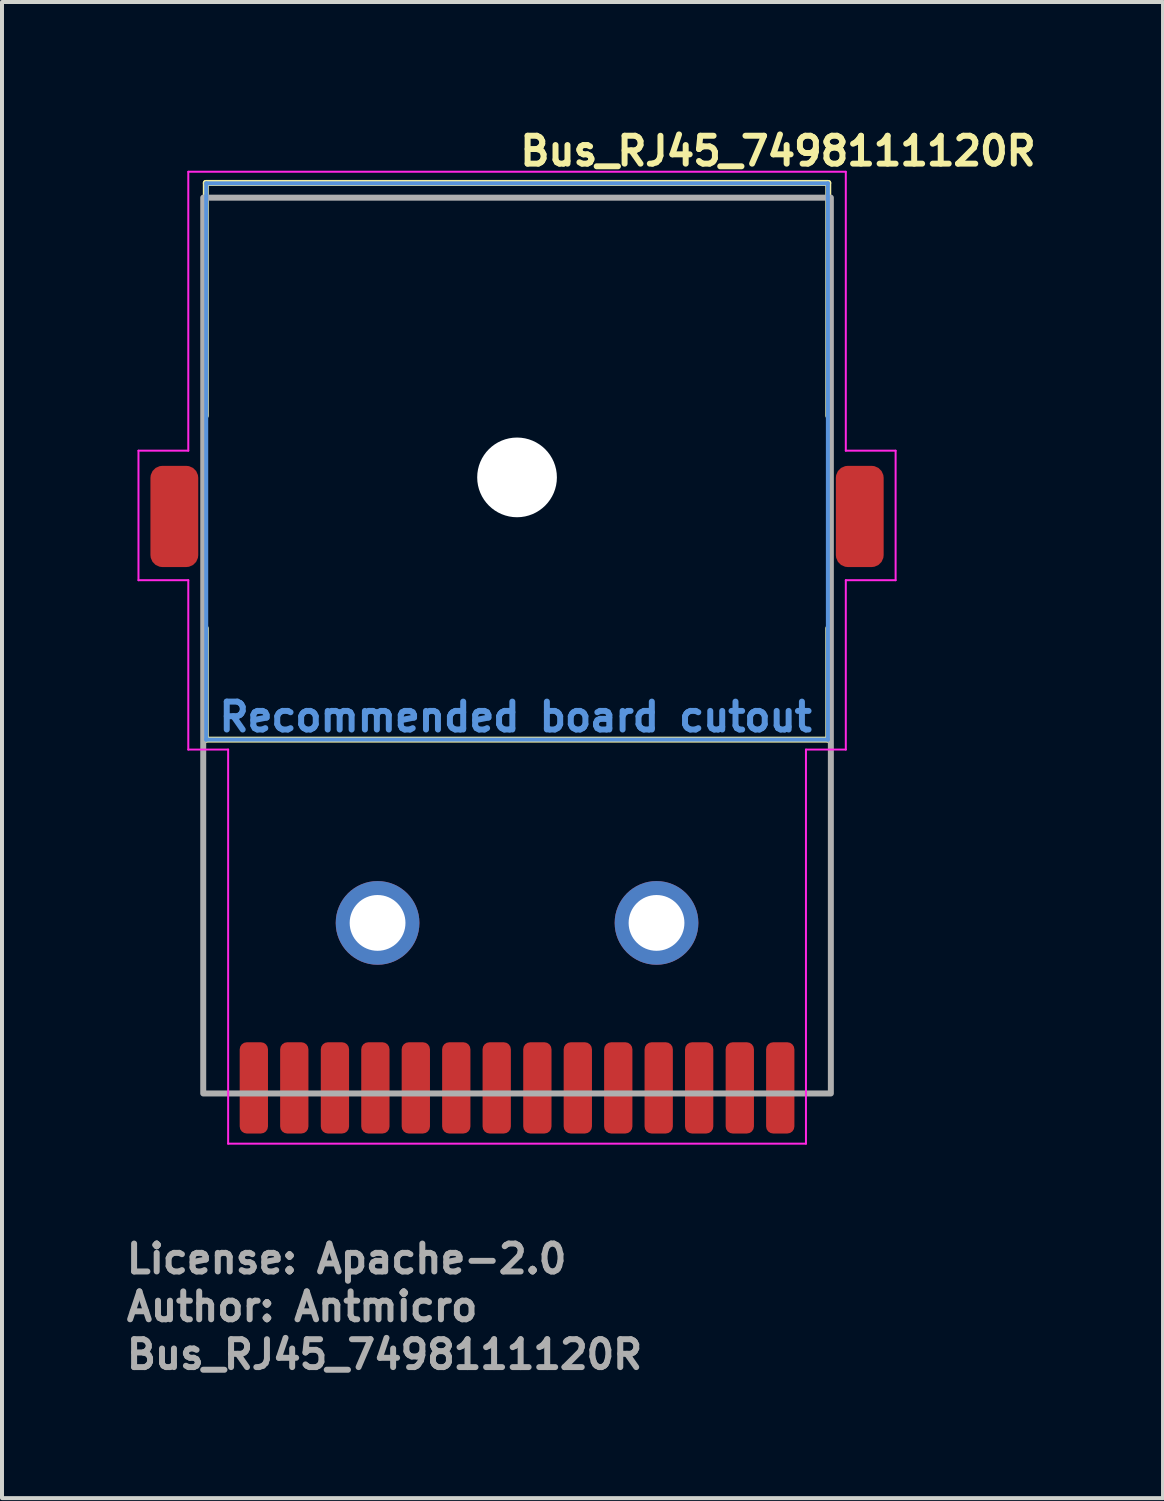
<source format=kicad_pcb>
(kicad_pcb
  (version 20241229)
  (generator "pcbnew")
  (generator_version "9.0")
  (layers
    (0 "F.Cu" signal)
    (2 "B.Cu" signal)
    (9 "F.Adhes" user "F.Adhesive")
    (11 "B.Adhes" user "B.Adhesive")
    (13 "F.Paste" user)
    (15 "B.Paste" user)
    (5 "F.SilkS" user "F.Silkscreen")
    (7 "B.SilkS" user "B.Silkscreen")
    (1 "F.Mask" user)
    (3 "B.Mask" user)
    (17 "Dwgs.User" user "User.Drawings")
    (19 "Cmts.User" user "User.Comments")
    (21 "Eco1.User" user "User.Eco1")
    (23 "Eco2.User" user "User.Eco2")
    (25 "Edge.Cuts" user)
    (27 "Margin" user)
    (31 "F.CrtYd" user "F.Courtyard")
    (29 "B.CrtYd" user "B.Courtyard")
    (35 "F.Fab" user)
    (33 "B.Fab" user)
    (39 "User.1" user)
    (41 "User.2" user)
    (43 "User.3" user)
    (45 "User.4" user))
  (footprint "Bus_RJ45_7498111120R"
    (layer "F.Cu")
    (at 9.925 13.15)
    (property "Reference" "Bus_RJ45_7498111120R" (at 0 -12 0) (layer "F.SilkS") (effects (font (size 0.7 0.7) (thickness 0.15)) (justify left bottom)))
    (attr smd)
    (fp_line (start -7.81 -11.609) (end 7.81 -11.609) (stroke (width 0.15) (type solid)) (layer "F.SilkS"))
    (fp_line (start -7.81 -5.767) (end -7.81 -11.609) (stroke (width 0.15) (type solid)) (layer "F.SilkS"))
    (fp_line (start -7.81 2.361) (end -7.81 -0.433) (stroke (width 0.15) (type solid)) (layer "F.SilkS"))
    (fp_line (start 7.81 -11.609) (end 7.81 -5.767) (stroke (width 0.15) (type solid)) (layer "F.SilkS"))
    (fp_line (start 7.81 -0.433) (end 7.81 2.361) (stroke (width 0.15) (type solid)) (layer "F.SilkS"))
    (fp_line (start 7.81 2.361) (end -7.81 2.361) (stroke (width 0.15) (type solid)) (layer "F.SilkS"))
    (fp_line (start -7.8 -11.6) (end 7.8 -11.6) (stroke (width 0.1) (type solid)) (layer "Cmts.User"))
    (fp_line (start -7.8 2.36) (end -7.8 -11.6) (stroke (width 0.1) (type solid)) (layer "Cmts.User"))
    (fp_line (start 7.8 -11.6) (end 7.8 2.36) (stroke (width 0.1) (type solid)) (layer "Cmts.User"))
    (fp_line (start 7.8 2.36) (end -7.8 2.36) (stroke (width 0.1) (type solid)) (layer "Cmts.User"))
    (fp_line (start -9.5 -4.89) (end -9.5 -1.64) (stroke (width 0.05) (type solid)) (layer "F.CrtYd"))
    (fp_line (start -9.5 -1.64) (end -8.25 -1.64) (stroke (width 0.05) (type solid)) (layer "F.CrtYd"))
    (fp_line (start -8.25 -11.89) (end -8.25 -4.89) (stroke (width 0.05) (type solid)) (layer "F.CrtYd"))
    (fp_line (start -8.25 -4.89) (end -9.5 -4.89) (stroke (width 0.05) (type solid)) (layer "F.CrtYd"))
    (fp_line (start -8.25 -1.64) (end -8.25 2.61) (stroke (width 0.05) (type solid)) (layer "F.CrtYd"))
    (fp_line (start -8.25 2.61) (end -7.25 2.61) (stroke (width 0.05) (type solid)) (layer "F.CrtYd"))
    (fp_line (start -7.25 2.61) (end -7.25 12.5) (stroke (width 0.05) (type solid)) (layer "F.CrtYd"))
    (fp_line (start -7.25 12.5) (end 7.25 12.5) (stroke (width 0.05) (type solid)) (layer "F.CrtYd"))
    (fp_line (start 7.25 2.61) (end 8.25 2.61) (stroke (width 0.05) (type solid)) (layer "F.CrtYd"))
    (fp_line (start 7.25 12.5) (end 7.25 2.61) (stroke (width 0.05) (type solid)) (layer "F.CrtYd"))
    (fp_line (start 8.25 -11.89) (end -8.25 -11.89) (stroke (width 0.05) (type solid)) (layer "F.CrtYd"))
    (fp_line (start 8.25 -4.89) (end 8.25 -11.89) (stroke (width 0.05) (type solid)) (layer "F.CrtYd"))
    (fp_line (start 8.25 -1.64) (end 9.5 -1.64) (stroke (width 0.05) (type solid)) (layer "F.CrtYd"))
    (fp_line (start 8.25 2.61) (end 8.25 -1.64) (stroke (width 0.05) (type solid)) (layer "F.CrtYd"))
    (fp_line (start 9.5 -4.89) (end 8.25 -4.89) (stroke (width 0.05) (type solid)) (layer "F.CrtYd"))
    (fp_line (start 9.5 -1.64) (end 9.5 -4.89) (stroke (width 0.05) (type solid)) (layer "F.CrtYd"))
    (fp_rect (start -7.875 -11.24) (end 7.875 11.24) (stroke (width 0.15) (type solid)) (fill no) (layer "F.Fab"))
    (fp_rect (start -9.875 -11.239) (end 9.875 11.24) (stroke (width 0.1) (type solid)) (fill no) (layer "User.5"))
    (fp_line (start -9.875 -5.088) (end -9.872 -5.288) (stroke (width 0.02) (type solid)) (layer "User.9"))
    (fp_line (start -9.875 -5.052) (end -9.875 -5.088) (stroke (width 0.02) (type solid)) (layer "User.9"))
    (fp_line (start -9.875 -5.018) (end -9.875 -5.052) (stroke (width 0.02) (type solid)) (layer "User.9"))
    (fp_line (start -9.875 -4.986) (end -9.875 -5.018) (stroke (width 0.02) (type solid)) (layer "User.9"))
    (fp_line (start -9.875 -4.956) (end -9.875 -4.986) (stroke (width 0.02) (type solid)) (layer "User.9"))
    (fp_line (start -9.875 -4.928) (end -9.875 -4.956) (stroke (width 0.02) (type solid)) (layer "User.9"))
    (fp_line (start -9.875 -4.903) (end -9.875 -4.928) (stroke (width 0.02) (type solid)) (layer "User.9"))
    (fp_line (start -9.875 -4.88) (end -9.875 -4.903) (stroke (width 0.02) (type solid)) (layer "User.9"))
    (fp_line (start -9.875 -4.86) (end -9.875 -4.88) (stroke (width 0.02) (type solid)) (layer "User.9"))
    (fp_line (start -9.875 -4.842) (end -9.875 -4.86) (stroke (width 0.02) (type solid)) (layer "User.9"))
    (fp_line (start -9.875 -4.828) (end -9.875 -4.842) (stroke (width 0.02) (type solid)) (layer "User.9"))
    (fp_line (start -9.875 -4.817) (end -9.875 -4.828) (stroke (width 0.02) (type solid)) (layer "User.9"))
    (fp_line (start -9.875 -4.809) (end -9.875 -4.817) (stroke (width 0.02) (type solid)) (layer "User.9"))
    (fp_line (start -9.875 -4.804) (end -9.875 -4.809) (stroke (width 0.02) (type solid)) (layer "User.9"))
    (fp_line (start -9.875 -4.803) (end -9.875 -4.804) (stroke (width 0.02) (type solid)) (layer "User.9"))
    (fp_line (start -9.872 -5.288) (end -9.865 -5.441) (stroke (width 0.02) (type solid)) (layer "User.9"))
    (fp_line (start -9.872 -5.288) (end -9.672 -5.288) (stroke (width 0.02) (type solid)) (layer "User.9"))
    (fp_line (start -9.865 -5.441) (end -9.855 -5.594) (stroke (width 0.02) (type solid)) (layer "User.9"))
    (fp_line (start -9.855 -5.594) (end -9.841 -5.747) (stroke (width 0.02) (type solid)) (layer "User.9"))
    (fp_line (start -9.841 -5.747) (end -9.824 -5.901) (stroke (width 0.02) (type solid)) (layer "User.9"))
    (fp_line (start -9.824 -5.901) (end -9.803 -6.054) (stroke (width 0.02) (type solid)) (layer "User.9"))
    (fp_line (start -9.803 -6.054) (end -9.778 -6.208) (stroke (width 0.02) (type solid)) (layer "User.9"))
    (fp_line (start -9.778 -6.208) (end -9.749 -6.361) (stroke (width 0.02) (type solid)) (layer "User.9"))
    (fp_line (start -9.749 -6.361) (end -9.717 -6.514) (stroke (width 0.02) (type solid)) (layer "User.9"))
    (fp_line (start -9.717 -6.514) (end -9.681 -6.666) (stroke (width 0.02) (type solid)) (layer "User.9"))
    (fp_line (start -9.681 -6.666) (end -9.641 -6.818) (stroke (width 0.02) (type solid)) (layer "User.9"))
    (fp_line (start -9.675 -5.088) (end -9.675 -5.052) (stroke (width 0.02) (type solid)) (layer "User.9"))
    (fp_line (start -9.675 -5.088) (end -9.672 -5.288) (stroke (width 0.02) (type solid)) (layer "User.9"))
    (fp_line (start -9.675 -5.052) (end -9.675 -5.018) (stroke (width 0.02) (type solid)) (layer "User.9"))
    (fp_line (start -9.675 -5.018) (end -9.675 -4.986) (stroke (width 0.02) (type solid)) (layer "User.9"))
    (fp_line (start -9.675 -4.986) (end -9.675 -4.956) (stroke (width 0.02) (type solid)) (layer "User.9"))
    (fp_line (start -9.675 -4.956) (end -9.675 -4.928) (stroke (width 0.02) (type solid)) (layer "User.9"))
    (fp_line (start -9.675 -4.928) (end -9.675 -4.903) (stroke (width 0.02) (type solid)) (layer "User.9"))
    (fp_line (start -9.675 -4.903) (end -9.675 -4.88) (stroke (width 0.02) (type solid)) (layer "User.9"))
    (fp_line (start -9.675 -4.88) (end -9.675 -4.86) (stroke (width 0.02) (type solid)) (layer "User.9"))
    (fp_line (start -9.675 -4.86) (end -9.675 -4.842) (stroke (width 0.02) (type solid)) (layer "User.9"))
    (fp_line (start -9.675 -4.842) (end -9.675 -4.828) (stroke (width 0.02) (type solid)) (layer "User.9"))
    (fp_line (start -9.675 -4.828) (end -9.675 -4.817) (stroke (width 0.02) (type solid)) (layer "User.9"))
    (fp_line (start -9.675 -4.817) (end -9.675 -4.809) (stroke (width 0.02) (type solid)) (layer "User.9"))
    (fp_line (start -9.675 -4.809) (end -9.675 -4.804) (stroke (width 0.02) (type solid)) (layer "User.9"))
    (fp_line (start -9.675 -4.804) (end -9.675 -4.803) (stroke (width 0.02) (type solid)) (layer "User.9"))
    (fp_line (start -9.675 -4.803) (end -9.875 -4.803) (stroke (width 0.02) (type solid)) (layer "User.9"))
    (fp_line (start -9.672 -5.288) (end -9.675 -5.088) (stroke (width 0.02) (type solid)) (layer "User.9"))
    (fp_line (start -9.672 -5.288) (end -9.665 -5.434) (stroke (width 0.02) (type solid)) (layer "User.9"))
    (fp_line (start -9.665 -5.434) (end -9.656 -5.58) (stroke (width 0.02) (type solid)) (layer "User.9"))
    (fp_line (start -9.656 -5.58) (end -9.642 -5.726) (stroke (width 0.02) (type solid)) (layer "User.9"))
    (fp_line (start -9.642 -5.726) (end -9.626 -5.872) (stroke (width 0.02) (type solid)) (layer "User.9"))
    (fp_line (start -9.641 -6.818) (end -9.598 -6.97) (stroke (width 0.02) (type solid)) (layer "User.9"))
    (fp_line (start -9.626 -5.872) (end -9.606 -6.019) (stroke (width 0.02) (type solid)) (layer "User.9"))
    (fp_line (start -9.606 -6.019) (end -9.582 -6.165) (stroke (width 0.02) (type solid)) (layer "User.9"))
    (fp_line (start -9.598 -6.97) (end -9.55 -7.12) (stroke (width 0.02) (type solid)) (layer "User.9"))
    (fp_line (start -9.582 -6.165) (end -9.555 -6.312) (stroke (width 0.02) (type solid)) (layer "User.9"))
    (fp_line (start -9.555 -6.312) (end -9.525 -6.458) (stroke (width 0.02) (type solid)) (layer "User.9"))
    (fp_line (start -9.55 -7.12) (end -9.5 -7.269) (stroke (width 0.02) (type solid)) (layer "User.9"))
    (fp_line (start -9.525 -6.458) (end -9.491 -6.603) (stroke (width 0.02) (type solid)) (layer "User.9"))
    (fp_line (start -9.5 -7.269) (end -9.445 -7.417) (stroke (width 0.02) (type solid)) (layer "User.9"))
    (fp_line (start -9.491 -6.603) (end -9.453 -6.748) (stroke (width 0.02) (type solid)) (layer "User.9"))
    (fp_line (start -9.453 -6.748) (end -9.412 -6.893) (stroke (width 0.02) (type solid)) (layer "User.9"))
    (fp_line (start -9.445 -7.417) (end -9.387 -7.564) (stroke (width 0.02) (type solid)) (layer "User.9"))
    (fp_line (start -9.412 -6.893) (end -9.367 -7.036) (stroke (width 0.02) (type solid)) (layer "User.9"))
    (fp_line (start -9.387 -7.564) (end -9.325 -7.71) (stroke (width 0.02) (type solid)) (layer "User.9"))
    (fp_line (start -9.367 -7.036) (end -9.319 -7.179) (stroke (width 0.02) (type solid)) (layer "User.9"))
    (fp_line (start -9.325 -7.71) (end -9.26 -7.853) (stroke (width 0.02) (type solid)) (layer "User.9"))
    (fp_line (start -9.319 -7.179) (end -9.268 -7.32) (stroke (width 0.02) (type solid)) (layer "User.9"))
    (fp_line (start -9.268 -7.32) (end -9.213 -7.461) (stroke (width 0.02) (type solid)) (layer "User.9"))
    (fp_line (start -9.26 -7.853) (end -9.191 -7.996) (stroke (width 0.02) (type solid)) (layer "User.9"))
    (fp_line (start -9.213 -7.461) (end -9.155 -7.6) (stroke (width 0.02) (type solid)) (layer "User.9"))
    (fp_line (start -9.191 -7.996) (end -9.119 -8.136) (stroke (width 0.02) (type solid)) (layer "User.9"))
    (fp_line (start -9.155 -7.6) (end -9.094 -7.737) (stroke (width 0.02) (type solid)) (layer "User.9"))
    (fp_line (start -9.119 -8.136) (end -9.044 -8.275) (stroke (width 0.02) (type solid)) (layer "User.9"))
    (fp_line (start -9.094 -7.737) (end -9.029 -7.873) (stroke (width 0.02) (type solid)) (layer "User.9"))
    (fp_line (start -9.044 -8.275) (end -8.966 -8.411) (stroke (width 0.02) (type solid)) (layer "User.9"))
    (fp_line (start -9.029 -7.873) (end -8.961 -8.008) (stroke (width 0.02) (type solid)) (layer "User.9"))
    (fp_line (start -9.017 -3.73) (end -9.017 -2.746) (stroke (width 0.02) (type solid)) (layer "User.9"))
    (fp_line (start -9.017 -2.746) (end -9.013 -2.685) (stroke (width 0.02) (type solid)) (layer "User.9"))
    (fp_line (start -9.013 -3.791) (end -9.017 -3.73) (stroke (width 0.02) (type solid)) (layer "User.9"))
    (fp_line (start -9.013 -2.685) (end -9.002 -2.624) (stroke (width 0.02) (type solid)) (layer "User.9"))
    (fp_line (start -9.002 -3.852) (end -9.013 -3.791) (stroke (width 0.02) (type solid)) (layer "User.9"))
    (fp_line (start -9.002 -2.624) (end -8.984 -2.566) (stroke (width 0.02) (type solid)) (layer "User.9"))
    (fp_line (start -8.984 -3.91) (end -9.002 -3.852) (stroke (width 0.02) (type solid)) (layer "User.9"))
    (fp_line (start -8.984 -2.566) (end -8.959 -2.51) (stroke (width 0.02) (type solid)) (layer "User.9"))
    (fp_line (start -8.966 -8.411) (end -8.884 -8.546) (stroke (width 0.02) (type solid)) (layer "User.9"))
    (fp_line (start -8.961 -8.008) (end -8.89 -8.14) (stroke (width 0.02) (type solid)) (layer "User.9"))
    (fp_line (start -8.959 -3.966) (end -8.984 -3.91) (stroke (width 0.02) (type solid)) (layer "User.9"))
    (fp_line (start -8.959 -2.51) (end -8.927 -2.457) (stroke (width 0.02) (type solid)) (layer "User.9"))
    (fp_line (start -8.927 -4.019) (end -8.959 -3.966) (stroke (width 0.02) (type solid)) (layer "User.9"))
    (fp_line (start -8.927 -2.457) (end -8.889 -2.409) (stroke (width 0.02) (type solid)) (layer "User.9"))
    (fp_line (start -8.89 -8.14) (end -8.816 -8.271) (stroke (width 0.02) (type solid)) (layer "User.9"))
    (fp_line (start -8.889 -4.067) (end -8.927 -4.019) (stroke (width 0.02) (type solid)) (layer "User.9"))
    (fp_line (start -8.889 -2.409) (end -8.846 -2.366) (stroke (width 0.02) (type solid)) (layer "User.9"))
    (fp_line (start -8.884 -8.546) (end -8.799 -8.678) (stroke (width 0.02) (type solid)) (layer "User.9"))
    (fp_line (start -8.846 -4.11) (end -8.889 -4.067) (stroke (width 0.02) (type solid)) (layer "User.9"))
    (fp_line (start -8.846 -2.366) (end -8.798 -2.328) (stroke (width 0.02) (type solid)) (layer "User.9"))
    (fp_line (start -8.816 -8.271) (end -8.739 -8.4) (stroke (width 0.02) (type solid)) (layer "User.9"))
    (fp_line (start -8.799 -8.678) (end -8.711 -8.808) (stroke (width 0.02) (type solid)) (layer "User.9"))
    (fp_line (start -8.798 -4.148) (end -8.846 -4.11) (stroke (width 0.02) (type solid)) (layer "User.9"))
    (fp_line (start -8.798 -2.328) (end -8.745 -2.296) (stroke (width 0.02) (type solid)) (layer "User.9"))
    (fp_line (start -8.745 -4.18) (end -8.798 -4.148) (stroke (width 0.02) (type solid)) (layer "User.9"))
    (fp_line (start -8.745 -2.296) (end -8.689 -2.271) (stroke (width 0.02) (type solid)) (layer "User.9"))
    (fp_line (start -8.739 -8.4) (end -8.659 -8.527) (stroke (width 0.02) (type solid)) (layer "User.9"))
    (fp_line (start -8.711 -8.808) (end -8.621 -8.935) (stroke (width 0.02) (type solid)) (layer "User.9"))
    (fp_line (start -8.689 -4.205) (end -8.745 -4.18) (stroke (width 0.02) (type solid)) (layer "User.9"))
    (fp_line (start -8.689 -2.271) (end -8.631 -2.253) (stroke (width 0.02) (type solid)) (layer "User.9"))
    (fp_line (start -8.659 -8.527) (end -8.576 -8.652) (stroke (width 0.02) (type solid)) (layer "User.9"))
    (fp_line (start -8.631 -4.223) (end -8.689 -4.205) (stroke (width 0.02) (type solid)) (layer "User.9"))
    (fp_line (start -8.631 -2.253) (end -8.57 -2.242) (stroke (width 0.02) (type solid)) (layer "User.9"))
    (fp_line (start -8.621 -8.935) (end -8.527 -9.06) (stroke (width 0.02) (type solid)) (layer "User.9"))
    (fp_line (start -8.576 -8.652) (end -8.49 -8.774) (stroke (width 0.02) (type solid)) (layer "User.9"))
    (fp_line (start -8.57 -4.234) (end -8.631 -4.223) (stroke (width 0.02) (type solid)) (layer "User.9"))
    (fp_line (start -8.57 -2.242) (end -8.509 -2.238) (stroke (width 0.02) (type solid)) (layer "User.9"))
    (fp_line (start -8.527 -9.06) (end -8.431 -9.182) (stroke (width 0.02) (type solid)) (layer "User.9"))
    (fp_line (start -8.509 -4.238) (end -8.57 -4.234) (stroke (width 0.02) (type solid)) (layer "User.9"))
    (fp_line (start -8.49 -8.774) (end -8.402 -8.894) (stroke (width 0.02) (type solid)) (layer "User.9"))
    (fp_line (start -8.431 -9.182) (end -8.333 -9.302) (stroke (width 0.02) (type solid)) (layer "User.9"))
    (fp_line (start -8.402 -8.894) (end -8.312 -9.012) (stroke (width 0.02) (type solid)) (layer "User.9"))
    (fp_line (start -8.333 -9.302) (end -8.231 -9.419) (stroke (width 0.02) (type solid)) (layer "User.9"))
    (fp_line (start -8.312 -9.012) (end -8.218 -9.127) (stroke (width 0.02) (type solid)) (layer "User.9"))
    (fp_line (start -8.231 -9.419) (end -8.128 -9.533) (stroke (width 0.02) (type solid)) (layer "User.9"))
    (fp_line (start -8.227 -3.584) (end -8.227 -2.892) (stroke (width 0.02) (type solid)) (layer "User.9"))
    (fp_line (start -8.227 -3.584) (end -8.223 -3.628) (stroke (width 0.02) (type solid)) (layer "User.9"))
    (fp_line (start -8.223 -3.628) (end -8.212 -3.671) (stroke (width 0.02) (type solid)) (layer "User.9"))
    (fp_line (start -8.223 -2.848) (end -8.227 -2.892) (stroke (width 0.02) (type solid)) (layer "User.9"))
    (fp_line (start -8.218 -9.127) (end -8.123 -9.239) (stroke (width 0.02) (type solid)) (layer "User.9"))
    (fp_line (start -8.212 -3.671) (end -8.193 -3.711) (stroke (width 0.02) (type solid)) (layer "User.9"))
    (fp_line (start -8.212 -2.805) (end -8.223 -2.848) (stroke (width 0.02) (type solid)) (layer "User.9"))
    (fp_line (start -8.193 -3.711) (end -8.168 -3.747) (stroke (width 0.02) (type solid)) (layer "User.9"))
    (fp_line (start -8.193 -2.765) (end -8.212 -2.805) (stroke (width 0.02) (type solid)) (layer "User.9"))
    (fp_line (start -8.168 -3.747) (end -8.136 -3.779) (stroke (width 0.02) (type solid)) (layer "User.9"))
    (fp_line (start -8.168 -2.729) (end -8.193 -2.765) (stroke (width 0.02) (type solid)) (layer "User.9"))
    (fp_line (start -8.136 -3.779) (end -8.1 -3.804) (stroke (width 0.02) (type solid)) (layer "User.9"))
    (fp_line (start -8.136 -2.697) (end -8.168 -2.729) (stroke (width 0.02) (type solid)) (layer "User.9"))
    (fp_line (start -8.128 -9.533) (end -8.022 -9.644) (stroke (width 0.02) (type solid)) (layer "User.9"))
    (fp_line (start -8.123 -9.239) (end -8.025 -9.349) (stroke (width 0.02) (type solid)) (layer "User.9"))
    (fp_line (start -8.1 -3.804) (end -8.06 -3.823) (stroke (width 0.02) (type solid)) (layer "User.9"))
    (fp_line (start -8.1 -2.672) (end -8.136 -2.697) (stroke (width 0.02) (type solid)) (layer "User.9"))
    (fp_line (start -8.06 -3.823) (end -8.017 -3.834) (stroke (width 0.02) (type solid)) (layer "User.9"))
    (fp_line (start -8.06 -2.653) (end -8.1 -2.672) (stroke (width 0.02) (type solid)) (layer "User.9"))
    (fp_line (start -8.025 -9.349) (end -7.925 -9.456) (stroke (width 0.02) (type solid)) (layer "User.9"))
    (fp_line (start -8.022 -9.644) (end -7.915 -9.752) (stroke (width 0.02) (type solid)) (layer "User.9"))
    (fp_line (start -8.017 -3.834) (end -7.973 -3.838) (stroke (width 0.02) (type solid)) (layer "User.9"))
    (fp_line (start -8.017 -2.642) (end -8.06 -2.653) (stroke (width 0.02) (type solid)) (layer "User.9"))
    (fp_line (start -7.973 -4.238) (end -8.509 -4.238) (stroke (width 0.02) (type solid)) (layer "User.9"))
    (fp_line (start -7.973 -4.238) (end -7.973 -3.838) (stroke (width 0.02) (type solid)) (layer "User.9"))
    (fp_line (start -7.973 -2.638) (end -8.017 -2.642) (stroke (width 0.02) (type solid)) (layer "User.9"))
    (fp_line (start -7.973 -2.638) (end -7.973 -2.238) (stroke (width 0.02) (type solid)) (layer "User.9"))
    (fp_line (start -7.973 -2.638) (end -7.956 -2.638) (stroke (width 0.02) (type solid)) (layer "User.9"))
    (fp_line (start -7.973 -2.238) (end -8.509 -2.238) (stroke (width 0.02) (type solid)) (layer "User.9"))
    (fp_line (start -7.956 -4.238) (end -7.973 -4.238) (stroke (width 0.02) (type solid)) (layer "User.9"))
    (fp_line (start -7.956 -3.838) (end -7.973 -3.838) (stroke (width 0.02) (type solid)) (layer "User.9"))
    (fp_line (start -7.956 -2.638) (end -7.94 -2.638) (stroke (width 0.02) (type solid)) (layer "User.9"))
    (fp_line (start -7.956 -2.238) (end -7.973 -2.238) (stroke (width 0.02) (type solid)) (layer "User.9"))
    (fp_line (start -7.94 -4.238) (end -7.956 -4.238) (stroke (width 0.02) (type solid)) (layer "User.9"))
    (fp_line (start -7.94 -3.838) (end -7.956 -3.838) (stroke (width 0.02) (type solid)) (layer "User.9"))
    (fp_line (start -7.94 -2.638) (end -7.924 -2.638) (stroke (width 0.02) (type solid)) (layer "User.9"))
    (fp_line (start -7.94 -2.238) (end -7.956 -2.238) (stroke (width 0.02) (type solid)) (layer "User.9"))
    (fp_line (start -7.925 -9.456) (end -7.823 -9.561) (stroke (width 0.02) (type solid)) (layer "User.9"))
    (fp_line (start -7.924 -4.238) (end -7.94 -4.238) (stroke (width 0.02) (type solid)) (layer "User.9"))
    (fp_line (start -7.924 -3.838) (end -7.94 -3.838) (stroke (width 0.02) (type solid)) (layer "User.9"))
    (fp_line (start -7.924 -2.638) (end -7.908 -2.638) (stroke (width 0.02) (type solid)) (layer "User.9"))
    (fp_line (start -7.924 -2.238) (end -7.94 -2.238) (stroke (width 0.02) (type solid)) (layer "User.9"))
    (fp_line (start -7.915 -9.752) (end -7.894 -9.774) (stroke (width 0.02) (type solid)) (layer "User.9"))
    (fp_line (start -7.908 -4.238) (end -7.924 -4.238) (stroke (width 0.02) (type solid)) (layer "User.9"))
    (fp_line (start -7.908 -3.838) (end -7.924 -3.838) (stroke (width 0.02) (type solid)) (layer "User.9"))
    (fp_line (start -7.908 -2.638) (end -7.893 -2.638) (stroke (width 0.02) (type solid)) (layer "User.9"))
    (fp_line (start -7.908 -2.238) (end -7.924 -2.238) (stroke (width 0.02) (type solid)) (layer "User.9"))
    (fp_line (start -7.894 -9.774) (end -7.876 -9.798) (stroke (width 0.02) (type solid)) (layer "User.9"))
    (fp_line (start -7.893 -4.238) (end -7.908 -4.238) (stroke (width 0.02) (type solid)) (layer "User.9"))
    (fp_line (start -7.893 -3.838) (end -7.908 -3.838) (stroke (width 0.02) (type solid)) (layer "User.9"))
    (fp_line (start -7.893 -2.638) (end -7.88 -2.638) (stroke (width 0.02) (type solid)) (layer "User.9"))
    (fp_line (start -7.893 -2.238) (end -7.908 -2.238) (stroke (width 0.02) (type solid)) (layer "User.9"))
    (fp_line (start -7.88 -4.238) (end -7.893 -4.238) (stroke (width 0.02) (type solid)) (layer "User.9"))
    (fp_line (start -7.88 -3.838) (end -7.893 -3.838) (stroke (width 0.02) (type solid)) (layer "User.9"))
    (fp_line (start -7.88 -2.638) (end -7.867 -2.638) (stroke (width 0.02) (type solid)) (layer "User.9"))
    (fp_line (start -7.88 -2.238) (end -7.893 -2.238) (stroke (width 0.02) (type solid)) (layer "User.9"))
    (fp_line (start -7.876 -9.798) (end -7.86 -9.824) (stroke (width 0.02) (type solid)) (layer "User.9"))
    (fp_line (start -7.867 -4.238) (end -7.88 -4.238) (stroke (width 0.02) (type solid)) (layer "User.9"))
    (fp_line (start -7.867 -3.838) (end -7.88 -3.838) (stroke (width 0.02) (type solid)) (layer "User.9"))
    (fp_line (start -7.867 -2.638) (end -7.856 -2.638) (stroke (width 0.02) (type solid)) (layer "User.9"))
    (fp_line (start -7.867 -2.238) (end -7.88 -2.238) (stroke (width 0.02) (type solid)) (layer "User.9"))
    (fp_line (start -7.86 -9.824) (end -7.847 -9.851) (stroke (width 0.02) (type solid)) (layer "User.9"))
    (fp_line (start -7.856 -4.238) (end -7.867 -4.238) (stroke (width 0.02) (type solid)) (layer "User.9"))
    (fp_line (start -7.856 -3.838) (end -7.867 -3.838) (stroke (width 0.02) (type solid)) (layer "User.9"))
    (fp_line (start -7.856 -2.638) (end -7.846 -2.638) (stroke (width 0.02) (type solid)) (layer "User.9"))
    (fp_line (start -7.856 -2.238) (end -7.867 -2.238) (stroke (width 0.02) (type solid)) (layer "User.9"))
    (fp_line (start -7.847 -9.851) (end -7.837 -9.88) (stroke (width 0.02) (type solid)) (layer "User.9"))
    (fp_line (start -7.846 -4.238) (end -7.856 -4.238) (stroke (width 0.02) (type solid)) (layer "User.9"))
    (fp_line (start -7.846 -3.838) (end -7.856 -3.838) (stroke (width 0.02) (type solid)) (layer "User.9"))
    (fp_line (start -7.846 -2.638) (end -7.838 -2.638) (stroke (width 0.02) (type solid)) (layer "User.9"))
    (fp_line (start -7.846 -2.238) (end -7.856 -2.238) (stroke (width 0.02) (type solid)) (layer "User.9"))
    (fp_line (start -7.838 -4.238) (end -7.846 -4.238) (stroke (width 0.02) (type solid)) (layer "User.9"))
    (fp_line (start -7.838 -3.838) (end -7.846 -3.838) (stroke (width 0.02) (type solid)) (layer "User.9"))
    (fp_line (start -7.838 -2.638) (end -7.832 -2.638) (stroke (width 0.02) (type solid)) (layer "User.9"))
    (fp_line (start -7.838 -2.238) (end -7.846 -2.238) (stroke (width 0.02) (type solid)) (layer "User.9"))
    (fp_line (start -7.837 -9.88) (end -7.829 -9.909) (stroke (width 0.02) (type solid)) (layer "User.9"))
    (fp_line (start -7.832 -4.238) (end -7.838 -4.238) (stroke (width 0.02) (type solid)) (layer "User.9"))
    (fp_line (start -7.832 -3.838) (end -7.838 -3.838) (stroke (width 0.02) (type solid)) (layer "User.9"))
    (fp_line (start -7.832 -2.638) (end -7.827 -2.638) (stroke (width 0.02) (type solid)) (layer "User.9"))
    (fp_line (start -7.832 -2.238) (end -7.838 -2.238) (stroke (width 0.02) (type solid)) (layer "User.9"))
    (fp_line (start -7.829 -9.909) (end -7.825 -9.939) (stroke (width 0.02) (type solid)) (layer "User.9"))
    (fp_line (start -7.827 -4.238) (end -7.832 -4.238) (stroke (width 0.02) (type solid)) (layer "User.9"))
    (fp_line (start -7.827 -3.838) (end -7.832 -3.838) (stroke (width 0.02) (type solid)) (layer "User.9"))
    (fp_line (start -7.827 -2.638) (end -7.824 -2.638) (stroke (width 0.02) (type solid)) (layer "User.9"))
    (fp_line (start -7.827 -2.238) (end -7.832 -2.238) (stroke (width 0.02) (type solid)) (layer "User.9"))
    (fp_line (start -7.825 -9.939) (end -7.823 -9.969) (stroke (width 0.02) (type solid)) (layer "User.9"))
    (fp_line (start -7.824 -4.238) (end -7.827 -4.238) (stroke (width 0.02) (type solid)) (layer "User.9"))
    (fp_line (start -7.824 -3.838) (end -7.827 -3.838) (stroke (width 0.02) (type solid)) (layer "User.9"))
    (fp_line (start -7.824 -2.638) (end -7.823 -2.638) (stroke (width 0.02) (type solid)) (layer "User.9"))
    (fp_line (start -7.824 -2.238) (end -7.827 -2.238) (stroke (width 0.02) (type solid)) (layer "User.9"))
    (fp_line (start -7.823 -10.889) (end -7.823 -3.395) (stroke (width 0.02) (type solid)) (layer "User.9"))
    (fp_line (start -7.823 -10.889) (end -7.821 -10.924) (stroke (width 0.02) (type solid)) (layer "User.9"))
    (fp_line (start -7.823 -10.889) (end -7.623 -10.889) (stroke (width 0.02) (type solid)) (layer "User.9"))
    (fp_line (start -7.823 -4.238) (end -7.824 -4.238) (stroke (width 0.02) (type solid)) (layer "User.9"))
    (fp_line (start -7.823 -3.838) (end -7.824 -3.838) (stroke (width 0.02) (type solid)) (layer "User.9"))
    (fp_line (start -7.823 -3.395) (end -7.823 -0.866) (stroke (width 0.02) (type solid)) (layer "User.9"))
    (fp_line (start -7.823 -2.238) (end -7.824 -2.238) (stroke (width 0.02) (type solid)) (layer "User.9"))
    (fp_line (start -7.823 -0.866) (end -7.823 6.546) (stroke (width 0.02) (type solid)) (layer "User.9"))
    (fp_line (start -7.823 10.105) (end -7.823 -3.245) (stroke (width 0.02) (type solid)) (layer "User.9"))
    (fp_line (start -7.823 10.105) (end -7.821 10.114) (stroke (width 0.02) (type solid)) (layer "User.9"))
    (fp_line (start -7.823 10.255) (end -7.823 7.349) (stroke (width 0.02) (type solid)) (layer "User.9"))
    (fp_line (start -7.822 10.285) (end -7.823 10.255) (stroke (width 0.02) (type solid)) (layer "User.9"))
    (fp_line (start -7.821 -10.924) (end -7.816 -10.958) (stroke (width 0.02) (type solid)) (layer "User.9"))
    (fp_line (start -7.821 -3.254) (end -7.823 -3.245) (stroke (width 0.02) (type solid)) (layer "User.9"))
    (fp_line (start -7.821 10.114) (end -7.816 10.124) (stroke (width 0.02) (type solid)) (layer "User.9"))
    (fp_line (start -7.818 10.314) (end -7.822 10.285) (stroke (width 0.02) (type solid)) (layer "User.9"))
    (fp_line (start -7.816 -10.958) (end -7.808 -10.991) (stroke (width 0.02) (type solid)) (layer "User.9"))
    (fp_line (start -7.816 -3.264) (end -7.821 -3.254) (stroke (width 0.02) (type solid)) (layer "User.9"))
    (fp_line (start -7.816 10.124) (end -7.808 10.133) (stroke (width 0.02) (type solid)) (layer "User.9"))
    (fp_line (start -7.812 10.343) (end -7.818 10.314) (stroke (width 0.02) (type solid)) (layer "User.9"))
    (fp_line (start -7.808 -10.991) (end -7.796 -11.023) (stroke (width 0.02) (type solid)) (layer "User.9"))
    (fp_line (start -7.808 -3.273) (end -7.816 -3.264) (stroke (width 0.02) (type solid)) (layer "User.9"))
    (fp_line (start -7.808 10.133) (end -7.796 10.143) (stroke (width 0.02) (type solid)) (layer "User.9"))
    (fp_line (start -7.803 10.371) (end -7.812 10.343) (stroke (width 0.02) (type solid)) (layer "User.9"))
    (fp_line (start -7.796 -11.023) (end -7.781 -11.054) (stroke (width 0.02) (type solid)) (layer "User.9"))
    (fp_line (start -7.796 -3.283) (end -7.808 -3.273) (stroke (width 0.02) (type solid)) (layer "User.9"))
    (fp_line (start -7.796 10.143) (end -7.764 10.161) (stroke (width 0.02) (type solid)) (layer "User.9"))
    (fp_line (start -7.792 10.398) (end -7.803 10.371) (stroke (width 0.02) (type solid)) (layer "User.9"))
    (fp_line (start -7.781 -11.054) (end -7.764 -11.084) (stroke (width 0.02) (type solid)) (layer "User.9"))
    (fp_line (start -7.779 10.424) (end -7.792 10.398) (stroke (width 0.02) (type solid)) (layer "User.9"))
    (fp_line (start -7.764 -11.084) (end -7.744 -11.111) (stroke (width 0.02) (type solid)) (layer "User.9"))
    (fp_line (start -7.764 -3.301) (end -7.796 -3.283) (stroke (width 0.02) (type solid)) (layer "User.9"))
    (fp_line (start -7.764 10.161) (end -7.721 10.18) (stroke (width 0.02) (type solid)) (layer "User.9"))
    (fp_line (start -7.764 10.449) (end -7.779 10.424) (stroke (width 0.02) (type solid)) (layer "User.9"))
    (fp_line (start -7.747 10.473) (end -7.764 10.449) (stroke (width 0.02) (type solid)) (layer "User.9"))
    (fp_line (start -7.744 -11.111) (end -7.721 -11.136) (stroke (width 0.02) (type solid)) (layer "User.9"))
    (fp_line (start -7.728 10.495) (end -7.747 10.473) (stroke (width 0.02) (type solid)) (layer "User.9"))
    (fp_line (start -7.721 -11.136) (end -7.695 -11.159) (stroke (width 0.02) (type solid)) (layer "User.9"))
    (fp_line (start -7.721 -3.32) (end -7.764 -3.301) (stroke (width 0.02) (type solid)) (layer "User.9"))
    (fp_line (start -7.721 10.18) (end -7.668 10.199) (stroke (width 0.02) (type solid)) (layer "User.9"))
    (fp_line (start -7.707 10.515) (end -7.728 10.495) (stroke (width 0.02) (type solid)) (layer "User.9"))
    (fp_line (start -7.695 -11.159) (end -7.668 -11.18) (stroke (width 0.02) (type solid)) (layer "User.9"))
    (fp_line (start -7.684 10.534) (end -7.707 10.515) (stroke (width 0.02) (type solid)) (layer "User.9"))
    (fp_line (start -7.668 -11.18) (end -7.638 -11.197) (stroke (width 0.02) (type solid)) (layer "User.9"))
    (fp_line (start -7.668 -3.339) (end -7.721 -3.32) (stroke (width 0.02) (type solid)) (layer "User.9"))
    (fp_line (start -7.668 10.199) (end -7.607 10.217) (stroke (width 0.02) (type solid)) (layer "User.9"))
    (fp_line (start -7.66 10.551) (end -7.684 10.534) (stroke (width 0.02) (type solid)) (layer "User.9"))
    (fp_line (start -7.638 -11.197) (end -7.607 -11.212) (stroke (width 0.02) (type solid)) (layer "User.9"))
    (fp_line (start -7.635 10.565) (end -7.66 10.551) (stroke (width 0.02) (type solid)) (layer "User.9"))
    (fp_line (start -7.623 -10.889) (end -7.623 -3.395) (stroke (width 0.02) (type solid)) (layer "User.9"))
    (fp_line (start -7.623 -10.889) (end -7.621 -10.916) (stroke (width 0.02) (type solid)) (layer "User.9"))
    (fp_line (start -7.623 -10.739) (end -7.552 -10.81) (stroke (width 0.02) (type solid)) (layer "User.9"))
    (fp_line (start -7.623 -10.739) (end -7.552 -10.739) (stroke (width 0.02) (type solid)) (layer "User.9"))
    (fp_line (start -7.623 -3.395) (end -7.823 -3.395) (stroke (width 0.02) (type solid)) (layer "User.9"))
    (fp_line (start -7.623 -3.395) (end -7.623 -3.353) (stroke (width 0.02) (type solid)) (layer "User.9"))
    (fp_line (start -7.623 -3.395) (end -7.623 -3.353) (stroke (width 0.02) (type solid)) (layer "User.9"))
    (fp_line (start -7.623 10.255) (end -7.823 10.255) (stroke (width 0.02) (type solid)) (layer "User.9"))
    (fp_line (start -7.623 10.255) (end -7.623 10.213) (stroke (width 0.02) (type solid)) (layer "User.9"))
    (fp_line (start -7.621 -10.916) (end -7.614 -10.941) (stroke (width 0.02) (type solid)) (layer "User.9"))
    (fp_line (start -7.614 -10.941) (end -7.602 -10.965) (stroke (width 0.02) (type solid)) (layer "User.9"))
    (fp_line (start -7.614 10.215) (end -7.614 10.294) (stroke (width 0.02) (type solid)) (layer "User.9"))
    (fp_line (start -7.608 10.578) (end -7.635 10.565) (stroke (width 0.02) (type solid)) (layer "User.9"))
    (fp_line (start -7.607 -11.212) (end -7.575 -11.224) (stroke (width 0.02) (type solid)) (layer "User.9"))
    (fp_line (start -7.607 -3.357) (end -7.668 -3.339) (stroke (width 0.02) (type solid)) (layer "User.9"))
    (fp_line (start -7.607 10.217) (end -7.473 10.255) (stroke (width 0.02) (type solid)) (layer "User.9"))
    (fp_line (start -7.602 -10.965) (end -7.587 -10.987) (stroke (width 0.02) (type solid)) (layer "User.9"))
    (fp_line (start -7.587 -10.987) (end -7.576 -10.998) (stroke (width 0.02) (type solid)) (layer "User.9"))
    (fp_line (start -7.581 10.588) (end -7.608 10.578) (stroke (width 0.02) (type solid)) (layer "User.9"))
    (fp_line (start -7.575 -11.224) (end -7.542 -11.232) (stroke (width 0.02) (type solid)) (layer "User.9"))
    (fp_line (start -7.552 -10.889) (end -2.39 -10.889) (stroke (width 0.02) (type solid)) (layer "User.9"))
    (fp_line (start -7.552 -3.495) (end -7.552 -10.889) (stroke (width 0.02) (type solid)) (layer "User.9"))
    (fp_line (start -7.552 10.255) (end -7.552 10.294) (stroke (width 0.02) (type solid)) (layer "User.9"))
    (fp_line (start -7.552 10.255) (end -7.473 10.255) (stroke (width 0.02) (type solid)) (layer "User.9"))
    (fp_line (start -7.552 10.294) (end -7.614 10.294) (stroke (width 0.02) (type solid)) (layer "User.9"))
    (fp_line (start -7.552 10.294) (end -7.552 10.333) (stroke (width 0.02) (type solid)) (layer "User.9"))
    (fp_line (start -7.552 10.333) (end -7.552 10.371) (stroke (width 0.02) (type solid)) (layer "User.9"))
    (fp_line (start -7.552 10.371) (end -7.552 10.407) (stroke (width 0.02) (type solid)) (layer "User.9"))
    (fp_line (start -7.552 10.407) (end -7.552 10.441) (stroke (width 0.02) (type solid)) (layer "User.9"))
    (fp_line (start -7.552 10.441) (end -7.552 10.473) (stroke (width 0.02) (type solid)) (layer "User.9"))
    (fp_line (start -7.552 10.473) (end -7.552 10.502) (stroke (width 0.02) (type solid)) (layer "User.9"))
    (fp_line (start -7.552 10.502) (end -7.552 10.529) (stroke (width 0.02) (type solid)) (layer "User.9"))
    (fp_line (start -7.552 10.529) (end -7.552 10.551) (stroke (width 0.02) (type solid)) (layer "User.9"))
    (fp_line (start -7.552 10.551) (end -7.552 10.57) (stroke (width 0.02) (type solid)) (layer "User.9"))
    (fp_line (start -7.552 10.57) (end -7.552 10.585) (stroke (width 0.02) (type solid)) (layer "User.9"))
    (fp_line (start -7.552 10.585) (end -7.552 10.596) (stroke (width 0.02) (type solid)) (layer "User.9"))
    (fp_line (start -7.552 10.596) (end -7.581 10.588) (stroke (width 0.02) (type solid)) (layer "User.9"))
    (fp_line (start -7.552 10.596) (end -7.552 10.603) (stroke (width 0.02) (type solid)) (layer "User.9"))
    (fp_line (start -7.552 10.603) (end -7.552 10.605) (stroke (width 0.02) (type solid)) (layer "User.9"))
    (fp_line (start -7.552 10.605) (end -7.473 10.605) (stroke (width 0.02) (type solid)) (layer "User.9"))
    (fp_line (start -7.542 -11.232) (end -7.508 -11.237) (stroke (width 0.02) (type solid)) (layer "User.9"))
    (fp_line (start -7.533 -11.023) (end -7.552 -10.889) (stroke (width 0.02) (type solid)) (layer "User.9"))
    (fp_line (start -7.513 -11.137) (end -7.533 -11.023) (stroke (width 0.02) (type solid)) (layer "User.9"))
    (fp_line (start -7.508 -11.237) (end -7.473 -11.239) (stroke (width 0.02) (type solid)) (layer "User.9"))
    (fp_line (start -7.503 -11.18) (end -7.513 -11.137) (stroke (width 0.02) (type solid)) (layer "User.9"))
    (fp_line (start -7.493 -11.212) (end -7.503 -11.18) (stroke (width 0.02) (type solid)) (layer "User.9"))
    (fp_line (start -7.483 -11.232) (end -7.493 -11.212) (stroke (width 0.02) (type solid)) (layer "User.9"))
    (fp_line (start -7.478 -11.237) (end -7.483 -11.232) (stroke (width 0.02) (type solid)) (layer "User.9"))
    (fp_line (start -7.473 -11.239) (end -7.478 -11.237) (stroke (width 0.02) (type solid)) (layer "User.9"))
    (fp_line (start -7.473 -3.395) (end -7.607 -3.357) (stroke (width 0.02) (type solid)) (layer "User.9"))
    (fp_line (start -7.473 -3.395) (end -7.373 -3.395) (stroke (width 0.02) (type solid)) (layer "User.9"))
    (fp_line (start -7.473 10.255) (end -7.473 -3.395) (stroke (width 0.02) (type solid)) (layer "User.9"))
    (fp_line (start -7.373 -3.495) (end -7.552 -3.495) (stroke (width 0.02) (type solid)) (layer "User.9"))
    (fp_line (start -7.373 -3.395) (end -7.373 -3.495) (stroke (width 0.02) (type solid)) (layer "User.9"))
    (fp_line (start -6.804 11.24) (end -6.804 10.605) (stroke (width 0.02) (type solid)) (layer "User.9"))
    (fp_line (start -6.604 -9.958) (end -6.353 -4.19) (stroke (width 0.02) (type solid)) (layer "User.9"))
    (fp_line (start -6.602 -9.999) (end -6.604 -9.958) (stroke (width 0.02) (type solid)) (layer "User.9"))
    (fp_line (start -6.594 -10.039) (end -6.602 -9.999) (stroke (width 0.02) (type solid)) (layer "User.9"))
    (fp_line (start -6.58 -10.077) (end -6.594 -10.039) (stroke (width 0.02) (type solid)) (layer "User.9"))
    (fp_line (start -6.559 -10.113) (end -6.58 -10.077) (stroke (width 0.02) (type solid)) (layer "User.9"))
    (fp_line (start -6.533 -10.145) (end -6.559 -10.113) (stroke (width 0.02) (type solid)) (layer "User.9"))
    (fp_line (start -6.503 -10.172) (end -6.533 -10.145) (stroke (width 0.02) (type solid)) (layer "User.9"))
    (fp_line (start -6.468 -10.194) (end -6.503 -10.172) (stroke (width 0.02) (type solid)) (layer "User.9"))
    (fp_line (start -6.431 -10.21) (end -6.468 -10.194) (stroke (width 0.02) (type solid)) (layer "User.9"))
    (fp_line (start -6.404 11.24) (end -6.804 11.24) (stroke (width 0.02) (type solid)) (layer "User.9"))
    (fp_line (start -6.404 11.24) (end -6.404 10.605) (stroke (width 0.02) (type solid)) (layer "User.9"))
    (fp_line (start -6.391 -10.22) (end -6.431 -10.21) (stroke (width 0.02) (type solid)) (layer "User.9"))
    (fp_line (start -6.353 -4.19) (end -6.346 -4.128) (stroke (width 0.02) (type solid)) (layer "User.9"))
    (fp_line (start -6.35 -10.223) (end -6.391 -10.22) (stroke (width 0.02) (type solid)) (layer "User.9"))
    (fp_line (start -6.346 -4.128) (end -6.333 -4.067) (stroke (width 0.02) (type solid)) (layer "User.9"))
    (fp_line (start -6.333 -4.067) (end -6.312 -4.009) (stroke (width 0.02) (type solid)) (layer "User.9"))
    (fp_line (start -6.312 -4.009) (end -6.285 -3.953) (stroke (width 0.02) (type solid)) (layer "User.9"))
    (fp_line (start -6.306 -10.219) (end -6.35 -10.223) (stroke (width 0.02) (type solid)) (layer "User.9"))
    (fp_line (start -6.285 -3.953) (end -6.251 -3.9) (stroke (width 0.02) (type solid)) (layer "User.9"))
    (fp_line (start -6.263 -10.208) (end -6.306 -10.219) (stroke (width 0.02) (type solid)) (layer "User.9"))
    (fp_line (start -6.251 -3.9) (end -6.211 -3.852) (stroke (width 0.02) (type solid)) (layer "User.9"))
    (fp_line (start -6.223 -10.189) (end -6.263 -10.208) (stroke (width 0.02) (type solid)) (layer "User.9"))
    (fp_line (start -6.211 -3.852) (end -6.166 -3.809) (stroke (width 0.02) (type solid)) (layer "User.9"))
    (fp_line (start -6.187 -10.164) (end -6.223 -10.189) (stroke (width 0.02) (type solid)) (layer "User.9"))
    (fp_line (start -6.166 -3.809) (end -6.117 -3.771) (stroke (width 0.02) (type solid)) (layer "User.9"))
    (fp_line (start -6.155 -10.132) (end -6.187 -10.164) (stroke (width 0.02) (type solid)) (layer "User.9"))
    (fp_line (start -6.153 -11.239) (end -6.151 -11.239) (stroke (width 0.02) (type solid)) (layer "User.9"))
    (fp_line (start -6.153 -11.239) (end -6.15 -11.239) (stroke (width 0.02) (type solid)) (layer "User.9"))
    (fp_line (start -6.13 -10.096) (end -6.155 -10.132) (stroke (width 0.02) (type solid)) (layer "User.9"))
    (fp_line (start -6.117 -3.771) (end -6.063 -3.74) (stroke (width 0.02) (type solid)) (layer "User.9"))
    (fp_line (start -6.111 -10.056) (end -6.13 -10.096) (stroke (width 0.02) (type solid)) (layer "User.9"))
    (fp_line (start -6.1 -10.013) (end -6.111 -10.056) (stroke (width 0.02) (type solid)) (layer "User.9"))
    (fp_line (start -6.096 -9.969) (end -6.1 -10.013) (stroke (width 0.02) (type solid)) (layer "User.9"))
    (fp_line (start -6.096 -9.969) (end -6.091 -9.851) (stroke (width 0.02) (type solid)) (layer "User.9"))
    (fp_line (start -6.091 -9.851) (end -6.089 -9.798) (stroke (width 0.02) (type solid)) (layer "User.9"))
    (fp_line (start -6.089 -9.798) (end -6.087 -9.774) (stroke (width 0.02) (type solid)) (layer "User.9"))
    (fp_line (start -6.087 -9.774) (end -6.087 -9.752) (stroke (width 0.02) (type solid)) (layer "User.9"))
    (fp_line (start -6.087 -9.752) (end -6.082 -9.644) (stroke (width 0.02) (type solid)) (layer "User.9"))
    (fp_line (start -6.082 -9.644) (end -6.077 -9.533) (stroke (width 0.02) (type solid)) (layer "User.9"))
    (fp_line (start -6.077 -9.533) (end -6.072 -9.419) (stroke (width 0.02) (type solid)) (layer "User.9"))
    (fp_line (start -6.072 -9.419) (end -6.067 -9.302) (stroke (width 0.02) (type solid)) (layer "User.9"))
    (fp_line (start -6.067 -9.302) (end -6.062 -9.182) (stroke (width 0.02) (type solid)) (layer "User.9"))
    (fp_line (start -6.063 -3.74) (end -6.006 -3.715) (stroke (width 0.02) (type solid)) (layer "User.9"))
    (fp_line (start -6.062 -9.182) (end -6.056 -9.06) (stroke (width 0.02) (type solid)) (layer "User.9"))
    (fp_line (start -6.056 -9.06) (end -6.051 -8.935) (stroke (width 0.02) (type solid)) (layer "User.9"))
    (fp_line (start -6.051 -8.935) (end -6.045 -8.808) (stroke (width 0.02) (type solid)) (layer "User.9"))
    (fp_line (start -6.045 -8.808) (end -6.04 -8.678) (stroke (width 0.02) (type solid)) (layer "User.9"))
    (fp_line (start -6.04 -8.678) (end -6.034 -8.546) (stroke (width 0.02) (type solid)) (layer "User.9"))
    (fp_line (start -6.034 -8.546) (end -6.028 -8.411) (stroke (width 0.02) (type solid)) (layer "User.9"))
    (fp_line (start -6.028 -8.411) (end -6.022 -8.275) (stroke (width 0.02) (type solid)) (layer "User.9"))
    (fp_line (start -6.022 -8.275) (end -6.01 -7.996) (stroke (width 0.02) (type solid)) (layer "User.9"))
    (fp_line (start -6.01 -7.996) (end -5.998 -7.71) (stroke (width 0.02) (type solid)) (layer "User.9"))
    (fp_line (start -6.006 -3.715) (end -5.946 -3.697) (stroke (width 0.02) (type solid)) (layer "User.9"))
    (fp_line (start -5.998 -7.71) (end -5.985 -7.417) (stroke (width 0.02) (type solid)) (layer "User.9"))
    (fp_line (start -5.985 -7.417) (end -5.972 -7.12) (stroke (width 0.02) (type solid)) (layer "User.9"))
    (fp_line (start -5.972 -7.12) (end -5.959 -6.818) (stroke (width 0.02) (type solid)) (layer "User.9"))
    (fp_line (start -5.959 -6.818) (end -5.946 -6.514) (stroke (width 0.02) (type solid)) (layer "User.9"))
    (fp_line (start -5.946 -6.514) (end -5.892 -5.288) (stroke (width 0.02) (type solid)) (layer "User.9"))
    (fp_line (start -5.946 -3.697) (end -5.885 -3.686) (stroke (width 0.02) (type solid)) (layer "User.9"))
    (fp_line (start -5.892 -5.288) (end -5.887 -5.237) (stroke (width 0.02) (type solid)) (layer "User.9"))
    (fp_line (start -5.887 -5.237) (end -5.877 -5.186) (stroke (width 0.02) (type solid)) (layer "User.9"))
    (fp_line (start -5.885 -3.686) (end -5.822 -3.683) (stroke (width 0.02) (type solid)) (layer "User.9"))
    (fp_line (start -5.877 -5.186) (end -5.862 -5.136) (stroke (width 0.02) (type solid)) (layer "User.9"))
    (fp_line (start -5.862 -5.136) (end -5.842 -5.088) (stroke (width 0.02) (type solid)) (layer "User.9"))
    (fp_line (start -5.842 -5.088) (end -5.81 -5.033) (stroke (width 0.02) (type solid)) (layer "User.9"))
    (fp_line (start -5.822 -3.683) (end -4.338 -3.683) (stroke (width 0.02) (type solid)) (layer "User.9"))
    (fp_line (start -5.81 -5.033) (end -5.773 -4.983) (stroke (width 0.02) (type solid)) (layer "User.9"))
    (fp_line (start -5.788 11.24) (end -5.788 10.605) (stroke (width 0.02) (type solid)) (layer "User.9"))
    (fp_line (start -5.773 -4.983) (end -5.729 -4.937) (stroke (width 0.02) (type solid)) (layer "User.9"))
    (fp_line (start -5.729 -4.937) (end -5.68 -4.897) (stroke (width 0.02) (type solid)) (layer "User.9"))
    (fp_line (start -5.68 -4.897) (end -5.627 -4.864) (stroke (width 0.02) (type solid)) (layer "User.9"))
    (fp_line (start -5.627 -4.864) (end -5.57 -4.837) (stroke (width 0.02) (type solid)) (layer "User.9"))
    (fp_line (start -5.57 -4.837) (end -5.51 -4.818) (stroke (width 0.02) (type solid)) (layer "User.9"))
    (fp_line (start -5.51 -4.818) (end -5.448 -4.806) (stroke (width 0.02) (type solid)) (layer "User.9"))
    (fp_line (start -5.448 -4.806) (end -5.385 -4.803) (stroke (width 0.02) (type solid)) (layer "User.9"))
    (fp_line (start -5.388 11.24) (end -5.788 11.24) (stroke (width 0.02) (type solid)) (layer "User.9"))
    (fp_line (start -5.388 11.24) (end -5.388 10.605) (stroke (width 0.02) (type solid)) (layer "User.9"))
    (fp_line (start -4.775 -4.803) (end -5.385 -4.803) (stroke (width 0.02) (type solid)) (layer "User.9"))
    (fp_line (start -4.775 -4.803) (end -4.712 -4.806) (stroke (width 0.02) (type solid)) (layer "User.9"))
    (fp_line (start -4.772 11.24) (end -4.772 10.605) (stroke (width 0.02) (type solid)) (layer "User.9"))
    (fp_line (start -4.712 -4.806) (end -4.65 -4.818) (stroke (width 0.02) (type solid)) (layer "User.9"))
    (fp_line (start -4.65 -4.818) (end -4.59 -4.837) (stroke (width 0.02) (type solid)) (layer "User.9"))
    (fp_line (start -4.59 -4.837) (end -4.533 -4.864) (stroke (width 0.02) (type solid)) (layer "User.9"))
    (fp_line (start -4.533 -4.864) (end -4.48 -4.897) (stroke (width 0.02) (type solid)) (layer "User.9"))
    (fp_line (start -4.48 -4.897) (end -4.431 -4.937) (stroke (width 0.02) (type solid)) (layer "User.9"))
    (fp_line (start -4.431 -4.937) (end -4.387 -4.983) (stroke (width 0.02) (type solid)) (layer "User.9"))
    (fp_line (start -4.387 -4.983) (end -4.35 -5.033) (stroke (width 0.02) (type solid)) (layer "User.9"))
    (fp_line (start -4.372 11.24) (end -4.772 11.24) (stroke (width 0.02) (type solid)) (layer "User.9"))
    (fp_line (start -4.372 11.24) (end -4.372 10.605) (stroke (width 0.02) (type solid)) (layer "User.9"))
    (fp_line (start -4.35 -5.033) (end -4.318 -5.088) (stroke (width 0.02) (type solid)) (layer "User.9"))
    (fp_line (start -4.338 -3.683) (end -4.275 -3.686) (stroke (width 0.02) (type solid)) (layer "User.9"))
    (fp_line (start -4.318 -5.088) (end -5.842 -5.088) (stroke (width 0.02) (type solid)) (layer "User.9"))
    (fp_line (start -4.318 -5.088) (end -4.298 -5.136) (stroke (width 0.02) (type solid)) (layer "User.9"))
    (fp_line (start -4.298 -5.136) (end -4.283 -5.186) (stroke (width 0.02) (type solid)) (layer "User.9"))
    (fp_line (start -4.283 -5.186) (end -4.273 -5.237) (stroke (width 0.02) (type solid)) (layer "User.9"))
    (fp_line (start -4.275 -3.686) (end -4.214 -3.697) (stroke (width 0.02) (type solid)) (layer "User.9"))
    (fp_line (start -4.273 -5.237) (end -4.268 -5.288) (stroke (width 0.02) (type solid)) (layer "User.9"))
    (fp_line (start -4.268 -5.288) (end -4.214 -6.514) (stroke (width 0.02) (type solid)) (layer "User.9"))
    (fp_line (start -4.214 -6.514) (end -4.201 -6.818) (stroke (width 0.02) (type solid)) (layer "User.9"))
    (fp_line (start -4.214 -3.697) (end -4.154 -3.715) (stroke (width 0.02) (type solid)) (layer "User.9"))
    (fp_line (start -4.201 -6.818) (end -4.188 -7.12) (stroke (width 0.02) (type solid)) (layer "User.9"))
    (fp_line (start -4.188 -7.12) (end -4.175 -7.417) (stroke (width 0.02) (type solid)) (layer "User.9"))
    (fp_line (start -4.175 -7.417) (end -4.162 -7.71) (stroke (width 0.02) (type solid)) (layer "User.9"))
    (fp_line (start -4.162 -7.71) (end -4.15 -7.996) (stroke (width 0.02) (type solid)) (layer "User.9"))
    (fp_line (start -4.154 -3.715) (end -4.097 -3.74) (stroke (width 0.02) (type solid)) (layer "User.9"))
    (fp_line (start -4.15 -7.996) (end -4.138 -8.275) (stroke (width 0.02) (type solid)) (layer "User.9"))
    (fp_line (start -4.138 -8.275) (end -4.132 -8.411) (stroke (width 0.02) (type solid)) (layer "User.9"))
    (fp_line (start -4.132 -8.411) (end -4.126 -8.546) (stroke (width 0.02) (type solid)) (layer "User.9"))
    (fp_line (start -4.126 -8.546) (end -4.12 -8.678) (stroke (width 0.02) (type solid)) (layer "User.9"))
    (fp_line (start -4.12 -8.678) (end -4.115 -8.808) (stroke (width 0.02) (type solid)) (layer "User.9"))
    (fp_line (start -4.115 -8.808) (end -4.109 -8.935) (stroke (width 0.02) (type solid)) (layer "User.9"))
    (fp_line (start -4.109 -8.935) (end -4.104 -9.06) (stroke (width 0.02) (type solid)) (layer "User.9"))
    (fp_line (start -4.104 -9.06) (end -4.098 -9.182) (stroke (width 0.02) (type solid)) (layer "User.9"))
    (fp_line (start -4.098 -9.182) (end -4.093 -9.302) (stroke (width 0.02) (type solid)) (layer "User.9"))
    (fp_line (start -4.097 -3.74) (end -4.043 -3.771) (stroke (width 0.02) (type solid)) (layer "User.9"))
    (fp_line (start -4.093 -9.302) (end -4.088 -9.419) (stroke (width 0.02) (type solid)) (layer "User.9"))
    (fp_line (start -4.088 -9.419) (end -4.083 -9.533) (stroke (width 0.02) (type solid)) (layer "User.9"))
    (fp_line (start -4.083 -9.533) (end -4.078 -9.644) (stroke (width 0.02) (type solid)) (layer "User.9"))
    (fp_line (start -4.078 -9.644) (end -4.073 -9.752) (stroke (width 0.02) (type solid)) (layer "User.9"))
    (fp_line (start -4.073 -9.774) (end -4.071 -9.798) (stroke (width 0.02) (type solid)) (layer "User.9"))
    (fp_line (start -4.073 -9.752) (end -6.087 -9.752) (stroke (width 0.02) (type solid)) (layer "User.9"))
    (fp_line (start -4.073 -9.752) (end -4.073 -9.774) (stroke (width 0.02) (type solid)) (layer "User.9"))
    (fp_line (start -4.071 -9.798) (end -4.069 -9.851) (stroke (width 0.02) (type solid)) (layer "User.9"))
    (fp_line (start -4.069 -9.851) (end -4.064 -9.969) (stroke (width 0.02) (type solid)) (layer "User.9"))
    (fp_line (start -4.064 -9.969) (end -6.096 -9.969) (stroke (width 0.02) (type solid)) (layer "User.9"))
    (fp_line (start -4.06 -10.013) (end -4.064 -9.969) (stroke (width 0.02) (type solid)) (layer "User.9"))
    (fp_line (start -4.049 -11.239) (end -4.052 -11.239) (stroke (width 0.02) (type solid)) (layer "User.9"))
    (fp_line (start -4.049 -10.056) (end -4.06 -10.013) (stroke (width 0.02) (type solid)) (layer "User.9"))
    (fp_line (start -4.043 -3.771) (end -3.994 -3.809) (stroke (width 0.02) (type solid)) (layer "User.9"))
    (fp_line (start -4.03 -10.096) (end -4.049 -10.056) (stroke (width 0.02) (type solid)) (layer "User.9"))
    (fp_line (start -4.027 -11.238) (end -4.05 -11.239) (stroke (width 0.02) (type solid)) (layer "User.9"))
    (fp_line (start -4.005 -10.132) (end -4.03 -10.096) (stroke (width 0.02) (type solid)) (layer "User.9"))
    (fp_line (start -3.995 -11.231) (end -4.027 -11.238) (stroke (width 0.02) (type solid)) (layer "User.9"))
    (fp_line (start -3.994 -3.809) (end -3.949 -3.852) (stroke (width 0.02) (type solid)) (layer "User.9"))
    (fp_line (start -3.973 -10.164) (end -4.005 -10.132) (stroke (width 0.02) (type solid)) (layer "User.9"))
    (fp_line (start -3.964 -11.22) (end -3.995 -11.231) (stroke (width 0.02) (type solid)) (layer "User.9"))
    (fp_line (start -3.949 -3.852) (end -3.909 -3.9) (stroke (width 0.02) (type solid)) (layer "User.9"))
    (fp_line (start -3.937 -10.189) (end -3.973 -10.164) (stroke (width 0.02) (type solid)) (layer "User.9"))
    (fp_line (start -3.934 -11.202) (end -3.964 -11.22) (stroke (width 0.02) (type solid)) (layer "User.9"))
    (fp_line (start -3.909 -3.9) (end -3.875 -3.953) (stroke (width 0.02) (type solid)) (layer "User.9"))
    (fp_line (start -3.908 -11.18) (end -3.934 -11.202) (stroke (width 0.02) (type solid)) (layer "User.9"))
    (fp_line (start -3.897 -10.208) (end -3.937 -10.189) (stroke (width 0.02) (type solid)) (layer "User.9"))
    (fp_line (start -3.875 -3.953) (end -3.848 -4.009) (stroke (width 0.02) (type solid)) (layer "User.9"))
    (fp_line (start -3.854 -10.219) (end -3.897 -10.208) (stroke (width 0.02) (type solid)) (layer "User.9"))
    (fp_line (start -3.848 -4.009) (end -3.827 -4.067) (stroke (width 0.02) (type solid)) (layer "User.9"))
    (fp_line (start -3.827 -4.067) (end -3.814 -4.128) (stroke (width 0.02) (type solid)) (layer "User.9"))
    (fp_line (start -3.814 -4.128) (end -3.807 -4.19) (stroke (width 0.02) (type solid)) (layer "User.9"))
    (fp_line (start -3.81 -10.223) (end -3.854 -10.219) (stroke (width 0.02) (type solid)) (layer "User.9"))
    (fp_line (start -3.807 -4.19) (end -3.556 -9.958) (stroke (width 0.02) (type solid)) (layer "User.9"))
    (fp_line (start -3.769 -10.22) (end -3.81 -10.223) (stroke (width 0.02) (type solid)) (layer "User.9"))
    (fp_line (start -3.756 11.24) (end -3.756 10.605) (stroke (width 0.02) (type solid)) (layer "User.9"))
    (fp_line (start -3.729 -10.21) (end -3.769 -10.22) (stroke (width 0.02) (type solid)) (layer "User.9"))
    (fp_line (start -3.692 -10.194) (end -3.729 -10.21) (stroke (width 0.02) (type solid)) (layer "User.9"))
    (fp_line (start -3.657 -10.172) (end -3.692 -10.194) (stroke (width 0.02) (type solid)) (layer "User.9"))
    (fp_line (start -3.627 -10.145) (end -3.657 -10.172) (stroke (width 0.02) (type solid)) (layer "User.9"))
    (fp_line (start -3.601 -10.113) (end -3.627 -10.145) (stroke (width 0.02) (type solid)) (layer "User.9"))
    (fp_line (start -3.58 -10.077) (end -3.601 -10.113) (stroke (width 0.02) (type solid)) (layer "User.9"))
    (fp_line (start -3.566 -10.039) (end -3.58 -10.077) (stroke (width 0.02) (type solid)) (layer "User.9"))
    (fp_line (start -3.558 -9.999) (end -3.566 -10.039) (stroke (width 0.02) (type solid)) (layer "User.9"))
    (fp_line (start -3.556 -9.958) (end -3.558 -9.999) (stroke (width 0.02) (type solid)) (layer "User.9"))
    (fp_line (start -3.356 11.24) (end -3.756 11.24) (stroke (width 0.02) (type solid)) (layer "User.9"))
    (fp_line (start -3.356 11.24) (end -3.356 10.605) (stroke (width 0.02) (type solid)) (layer "User.9"))
    (fp_line (start -2.74 11.24) (end -2.74 10.605) (stroke (width 0.02) (type solid)) (layer "User.9"))
    (fp_line (start -2.39 -11.239) (end -7.473 -11.239) (stroke (width 0.02) (type solid)) (layer "User.9"))
    (fp_line (start -2.39 -11.239) (end 2.39 -11.239) (stroke (width 0.02) (type solid)) (layer "User.9"))
    (fp_line (start -2.39 -11.237) (end -2.39 -11.239) (stroke (width 0.02) (type solid)) (layer "User.9"))
    (fp_line (start -2.39 -11.23) (end -2.39 -11.237) (stroke (width 0.02) (type solid)) (layer "User.9"))
    (fp_line (start -2.39 -11.219) (end -2.39 -11.23) (stroke (width 0.02) (type solid)) (layer "User.9"))
    (fp_line (start -2.39 -11.204) (end -2.39 -11.219) (stroke (width 0.02) (type solid)) (layer "User.9"))
    (fp_line (start -2.39 -11.185) (end -2.39 -11.204) (stroke (width 0.02) (type solid)) (layer "User.9"))
    (fp_line (start -2.39 -11.163) (end -2.39 -11.185) (stroke (width 0.02) (type solid)) (layer "User.9"))
    (fp_line (start -2.39 -11.136) (end -2.39 -11.163) (stroke (width 0.02) (type solid)) (layer "User.9"))
    (fp_line (start -2.39 -11.107) (end -2.39 -11.136) (stroke (width 0.02) (type solid)) (layer "User.9"))
    (fp_line (start -2.39 -11.075) (end -2.39 -11.107) (stroke (width 0.02) (type solid)) (layer "User.9"))
    (fp_line (start -2.39 -11.041) (end -2.39 -11.075) (stroke (width 0.02) (type solid)) (layer "User.9"))
    (fp_line (start -2.39 -11.039) (end -2.09 -10.739) (stroke (width 0.02) (type solid)) (layer "User.9"))
    (fp_line (start -2.39 -11.039) (end 2.39 -11.039) (stroke (width 0.02) (type solid)) (layer "User.9"))
    (fp_line (start -2.39 -11.005) (end -2.39 -11.041) (stroke (width 0.02) (type solid)) (layer "User.9"))
    (fp_line (start -2.39 -10.967) (end -2.39 -11.005) (stroke (width 0.02) (type solid)) (layer "User.9"))
    (fp_line (start -2.39 -10.928) (end -2.39 -10.967) (stroke (width 0.02) (type solid)) (layer "User.9"))
    (fp_line (start -2.39 -10.889) (end -2.39 -10.928) (stroke (width 0.02) (type solid)) (layer "User.9"))
    (fp_line (start -2.39 -10.739) (end -2.39 -9.588) (stroke (width 0.02) (type solid)) (layer "User.9"))
    (fp_line (start -2.39 -9.588) (end -2.39 -10.889) (stroke (width 0.02) (type solid)) (layer "User.9"))
    (fp_line (start -2.34 11.24) (end -2.74 11.24) (stroke (width 0.02) (type solid)) (layer "User.9"))
    (fp_line (start -2.34 11.24) (end -2.34 10.605) (stroke (width 0.02) (type solid)) (layer "User.9"))
    (fp_line (start -2.09 -10.739) (end -2.39 -10.739) (stroke (width 0.02) (type solid)) (layer "User.9"))
    (fp_line (start -2.09 -10.739) (end 2.09 -10.739) (stroke (width 0.02) (type solid)) (layer "User.9"))
    (fp_line (start -2.09 -9.588) (end -2.09 -10.739) (stroke (width 0.02) (type solid)) (layer "User.9"))
    (fp_line (start -1.724 11.24) (end -1.724 10.605) (stroke (width 0.02) (type solid)) (layer "User.9"))
    (fp_line (start -1.324 11.24) (end -1.724 11.24) (stroke (width 0.02) (type solid)) (layer "User.9"))
    (fp_line (start -1.324 11.24) (end -1.324 10.605) (stroke (width 0.02) (type solid)) (layer "User.9"))
    (fp_line (start -0.708 11.24) (end -0.708 10.605) (stroke (width 0.02) (type solid)) (layer "User.9"))
    (fp_line (start -0.308 11.24) (end -0.708 11.24) (stroke (width 0.02) (type solid)) (layer "User.9"))
    (fp_line (start -0.308 11.24) (end -0.308 10.605) (stroke (width 0.02) (type solid)) (layer "User.9"))
    (fp_line (start 0.308 11.24) (end 0.308 10.605) (stroke (width 0.02) (type solid)) (layer "User.9"))
    (fp_line (start 0.708 11.24) (end 0.308 11.24) (stroke (width 0.02) (type solid)) (layer "User.9"))
    (fp_line (start 0.708 11.24) (end 0.708 10.605) (stroke (width 0.02) (type solid)) (layer "User.9"))
    (fp_line (start 1.324 11.24) (end 1.324 10.605) (stroke (width 0.02) (type solid)) (layer "User.9"))
    (fp_line (start 1.724 11.24) (end 1.324 11.24) (stroke (width 0.02) (type solid)) (layer "User.9"))
    (fp_line (start 1.724 11.24) (end 1.724 10.605) (stroke (width 0.02) (type solid)) (layer "User.9"))
    (fp_line (start 2.09 -10.739) (end 2.09 -9.588) (stroke (width 0.02) (type solid)) (layer "User.9"))
    (fp_line (start 2.09 -10.739) (end 2.39 -11.039) (stroke (width 0.02) (type solid)) (layer "User.9"))
    (fp_line (start 2.09 -10.739) (end 2.39 -10.739) (stroke (width 0.02) (type solid)) (layer "User.9"))
    (fp_line (start 2.34 11.24) (end 2.34 10.605) (stroke (width 0.02) (type solid)) (layer "User.9"))
    (fp_line (start 2.39 -11.239) (end 2.39 -11.237) (stroke (width 0.02) (type solid)) (layer "User.9"))
    (fp_line (start 2.39 -11.237) (end 2.39 -11.23) (stroke (width 0.02) (type solid)) (layer "User.9"))
    (fp_line (start 2.39 -11.23) (end 2.39 -11.219) (stroke (width 0.02) (type solid)) (layer "User.9"))
    (fp_line (start 2.39 -11.219) (end 2.39 -11.204) (stroke (width 0.02) (type solid)) (layer "User.9"))
    (fp_line (start 2.39 -11.204) (end 2.39 -11.185) (stroke (width 0.02) (type solid)) (layer "User.9"))
    (fp_line (start 2.39 -11.185) (end 2.39 -11.163) (stroke (width 0.02) (type solid)) (layer "User.9"))
    (fp_line (start 2.39 -11.163) (end 2.39 -11.136) (stroke (width 0.02) (type solid)) (layer "User.9"))
    (fp_line (start 2.39 -11.136) (end 2.39 -11.107) (stroke (width 0.02) (type solid)) (layer "User.9"))
    (fp_line (start 2.39 -11.107) (end 2.39 -11.075) (stroke (width 0.02) (type solid)) (layer "User.9"))
    (fp_line (start 2.39 -11.075) (end 2.39 -11.041) (stroke (width 0.02) (type solid)) (layer "User.9"))
    (fp_line (start 2.39 -11.041) (end 2.39 -11.005) (stroke (width 0.02) (type solid)) (layer "User.9"))
    (fp_line (start 2.39 -11.039) (end -2.39 -11.039) (stroke (width 0.02) (type solid)) (layer "User.9"))
    (fp_line (start 2.39 -11.005) (end 2.39 -10.967) (stroke (width 0.02) (type solid)) (layer "User.9"))
    (fp_line (start 2.39 -10.967) (end 2.39 -10.928) (stroke (width 0.02) (type solid)) (layer "User.9"))
    (fp_line (start 2.39 -10.928) (end 2.39 -10.889) (stroke (width 0.02) (type solid)) (layer "User.9"))
    (fp_line (start 2.39 -10.889) (end 7.552 -10.889) (stroke (width 0.02) (type solid)) (layer "User.9"))
    (fp_line (start 2.39 -9.588) (end -2.39 -9.588) (stroke (width 0.02) (type solid)) (layer "User.9"))
    (fp_line (start 2.39 -9.588) (end 2.39 -10.889) (stroke (width 0.02) (type solid)) (layer "User.9"))
    (fp_line (start 2.39 -9.588) (end 2.39 -10.739) (stroke (width 0.02) (type solid)) (layer "User.9"))
    (fp_line (start 2.74 11.24) (end 2.34 11.24) (stroke (width 0.02) (type solid)) (layer "User.9"))
    (fp_line (start 2.74 11.24) (end 2.74 10.605) (stroke (width 0.02) (type solid)) (layer "User.9"))
    (fp_line (start 3.356 11.24) (end 3.356 10.605) (stroke (width 0.02) (type solid)) (layer "User.9"))
    (fp_line (start 3.556 -9.958) (end 3.558 -9.999) (stroke (width 0.02) (type solid)) (layer "User.9"))
    (fp_line (start 3.558 -9.999) (end 3.566 -10.039) (stroke (width 0.02) (type solid)) (layer "User.9"))
    (fp_line (start 3.566 -10.039) (end 3.58 -10.077) (stroke (width 0.02) (type solid)) (layer "User.9"))
    (fp_line (start 3.58 -10.077) (end 3.601 -10.113) (stroke (width 0.02) (type solid)) (layer "User.9"))
    (fp_line (start 3.601 -10.113) (end 3.627 -10.145) (stroke (width 0.02) (type solid)) (layer "User.9"))
    (fp_line (start 3.627 -10.145) (end 3.657 -10.172) (stroke (width 0.02) (type solid)) (layer "User.9"))
    (fp_line (start 3.657 -10.172) (end 3.692 -10.194) (stroke (width 0.02) (type solid)) (layer "User.9"))
    (fp_line (start 3.692 -10.194) (end 3.729 -10.21) (stroke (width 0.02) (type solid)) (layer "User.9"))
    (fp_line (start 3.729 -10.21) (end 3.769 -10.22) (stroke (width 0.02) (type solid)) (layer "User.9"))
    (fp_line (start 3.756 11.24) (end 3.356 11.24) (stroke (width 0.02) (type solid)) (layer "User.9"))
    (fp_line (start 3.756 11.24) (end 3.756 10.605) (stroke (width 0.02) (type solid)) (layer "User.9"))
    (fp_line (start 3.769 -10.22) (end 3.81 -10.223) (stroke (width 0.02) (type solid)) (layer "User.9"))
    (fp_line (start 3.807 -4.19) (end 3.556 -9.958) (stroke (width 0.02) (type solid)) (layer "User.9"))
    (fp_line (start 3.81 -10.223) (end 3.854 -10.219) (stroke (width 0.02) (type solid)) (layer "User.9"))
    (fp_line (start 3.814 -4.128) (end 3.807 -4.19) (stroke (width 0.02) (type solid)) (layer "User.9"))
    (fp_line (start 3.827 -4.067) (end 3.814 -4.128) (stroke (width 0.02) (type solid)) (layer "User.9"))
    (fp_line (start 3.848 -4.009) (end 3.827 -4.067) (stroke (width 0.02) (type solid)) (layer "User.9"))
    (fp_line (start 3.854 -10.219) (end 3.897 -10.208) (stroke (width 0.02) (type solid)) (layer "User.9"))
    (fp_line (start 3.875 -3.953) (end 3.848 -4.009) (stroke (width 0.02) (type solid)) (layer "User.9"))
    (fp_line (start 3.897 -10.208) (end 3.937 -10.189) (stroke (width 0.02) (type solid)) (layer "User.9"))
    (fp_line (start 3.909 -3.9) (end 3.875 -3.953) (stroke (width 0.02) (type solid)) (layer "User.9"))
    (fp_line (start 3.937 -10.189) (end 3.973 -10.164) (stroke (width 0.02) (type solid)) (layer "User.9"))
    (fp_line (start 3.949 -3.852) (end 3.909 -3.9) (stroke (width 0.02) (type solid)) (layer "User.9"))
    (fp_line (start 3.973 -10.164) (end 4.005 -10.132) (stroke (width 0.02) (type solid)) (layer "User.9"))
    (fp_line (start 3.994 -3.809) (end 3.949 -3.852) (stroke (width 0.02) (type solid)) (layer "User.9"))
    (fp_line (start 4.005 -10.132) (end 4.03 -10.096) (stroke (width 0.02) (type solid)) (layer "User.9"))
    (fp_line (start 4.03 -10.096) (end 4.049 -10.056) (stroke (width 0.02) (type solid)) (layer "User.9"))
    (fp_line (start 4.043 -3.771) (end 3.994 -3.809) (stroke (width 0.02) (type solid)) (layer "User.9"))
    (fp_line (start 4.049 -11.239) (end 4.05 -11.239) (stroke (width 0.02) (type solid)) (layer "User.9"))
    (fp_line (start 4.049 -10.056) (end 4.06 -10.013) (stroke (width 0.02) (type solid)) (layer "User.9"))
    (fp_line (start 4.05 -11.239) (end 4.05 -11.239) (stroke (width 0.02) (type solid)) (layer "User.9"))
    (fp_line (start 4.06 -10.013) (end 4.064 -9.969) (stroke (width 0.02) (type solid)) (layer "User.9"))
    (fp_line (start 4.064 -9.969) (end 6.096 -9.969) (stroke (width 0.02) (type solid)) (layer "User.9"))
    (fp_line (start 4.069 -9.851) (end 4.064 -9.969) (stroke (width 0.02) (type solid)) (layer "User.9"))
    (fp_line (start 4.071 -9.798) (end 4.069 -9.851) (stroke (width 0.02) (type solid)) (layer "User.9"))
    (fp_line (start 4.073 -9.774) (end 4.071 -9.798) (stroke (width 0.02) (type solid)) (layer "User.9"))
    (fp_line (start 4.073 -9.752) (end 4.073 -9.774) (stroke (width 0.02) (type solid)) (layer "User.9"))
    (fp_line (start 4.073 -9.752) (end 6.087 -9.752) (stroke (width 0.02) (type solid)) (layer "User.9"))
    (fp_line (start 4.078 -9.644) (end 4.073 -9.752) (stroke (width 0.02) (type solid)) (layer "User.9"))
    (fp_line (start 4.083 -9.533) (end 4.078 -9.644) (stroke (width 0.02) (type solid)) (layer "User.9"))
    (fp_line (start 4.088 -9.419) (end 4.083 -9.533) (stroke (width 0.02) (type solid)) (layer "User.9"))
    (fp_line (start 4.093 -9.302) (end 4.088 -9.419) (stroke (width 0.02) (type solid)) (layer "User.9"))
    (fp_line (start 4.097 -3.74) (end 4.043 -3.771) (stroke (width 0.02) (type solid)) (layer "User.9"))
    (fp_line (start 4.098 -9.182) (end 4.093 -9.302) (stroke (width 0.02) (type solid)) (layer "User.9"))
    (fp_line (start 4.104 -9.06) (end 4.098 -9.182) (stroke (width 0.02) (type solid)) (layer "User.9"))
    (fp_line (start 4.109 -8.935) (end 4.104 -9.06) (stroke (width 0.02) (type solid)) (layer "User.9"))
    (fp_line (start 4.115 -8.808) (end 4.109 -8.935) (stroke (width 0.02) (type solid)) (layer "User.9"))
    (fp_line (start 4.12 -8.678) (end 4.115 -8.808) (stroke (width 0.02) (type solid)) (layer "User.9"))
    (fp_line (start 4.126 -8.546) (end 4.12 -8.678) (stroke (width 0.02) (type solid)) (layer "User.9"))
    (fp_line (start 4.132 -8.411) (end 4.126 -8.546) (stroke (width 0.02) (type solid)) (layer "User.9"))
    (fp_line (start 4.138 -8.275) (end 4.132 -8.411) (stroke (width 0.02) (type solid)) (layer "User.9"))
    (fp_line (start 4.15 -7.996) (end 4.138 -8.275) (stroke (width 0.02) (type solid)) (layer "User.9"))
    (fp_line (start 4.154 -3.715) (end 4.097 -3.74) (stroke (width 0.02) (type solid)) (layer "User.9"))
    (fp_line (start 4.162 -7.71) (end 4.15 -7.996) (stroke (width 0.02) (type solid)) (layer "User.9"))
    (fp_line (start 4.175 -7.417) (end 4.162 -7.71) (stroke (width 0.02) (type solid)) (layer "User.9"))
    (fp_line (start 4.188 -7.12) (end 4.175 -7.417) (stroke (width 0.02) (type solid)) (layer "User.9"))
    (fp_line (start 4.201 -6.818) (end 4.188 -7.12) (stroke (width 0.02) (type solid)) (layer "User.9"))
    (fp_line (start 4.214 -6.514) (end 4.201 -6.818) (stroke (width 0.02) (type solid)) (layer "User.9"))
    (fp_line (start 4.214 -3.697) (end 4.154 -3.715) (stroke (width 0.02) (type solid)) (layer "User.9"))
    (fp_line (start 4.268 -5.288) (end 4.214 -6.514) (stroke (width 0.02) (type solid)) (layer "User.9"))
    (fp_line (start 4.273 -5.237) (end 4.268 -5.288) (stroke (width 0.02) (type solid)) (layer "User.9"))
    (fp_line (start 4.275 -3.686) (end 4.214 -3.697) (stroke (width 0.02) (type solid)) (layer "User.9"))
    (fp_line (start 4.283 -5.186) (end 4.273 -5.237) (stroke (width 0.02) (type solid)) (layer "User.9"))
    (fp_line (start 4.298 -5.136) (end 4.283 -5.186) (stroke (width 0.02) (type solid)) (layer "User.9"))
    (fp_line (start 4.318 -5.088) (end 4.298 -5.136) (stroke (width 0.02) (type solid)) (layer "User.9"))
    (fp_line (start 4.318 -5.088) (end 5.842 -5.088) (stroke (width 0.02) (type solid)) (layer "User.9"))
    (fp_line (start 4.338 -3.683) (end 4.275 -3.686) (stroke (width 0.02) (type solid)) (layer "User.9"))
    (fp_line (start 4.35 -5.033) (end 4.318 -5.088) (stroke (width 0.02) (type solid)) (layer "User.9"))
    (fp_line (start 4.372 11.24) (end 4.372 10.605) (stroke (width 0.02) (type solid)) (layer "User.9"))
    (fp_line (start 4.387 -4.983) (end 4.35 -5.033) (stroke (width 0.02) (type solid)) (layer "User.9"))
    (fp_line (start 4.431 -4.937) (end 4.387 -4.983) (stroke (width 0.02) (type solid)) (layer "User.9"))
    (fp_line (start 4.48 -4.897) (end 4.431 -4.937) (stroke (width 0.02) (type solid)) (layer "User.9"))
    (fp_line (start 4.533 -4.864) (end 4.48 -4.897) (stroke (width 0.02) (type solid)) (layer "User.9"))
    (fp_line (start 4.59 -4.837) (end 4.533 -4.864) (stroke (width 0.02) (type solid)) (layer "User.9"))
    (fp_line (start 4.65 -4.818) (end 4.59 -4.837) (stroke (width 0.02) (type solid)) (layer "User.9"))
    (fp_line (start 4.712 -4.806) (end 4.65 -4.818) (stroke (width 0.02) (type solid)) (layer "User.9"))
    (fp_line (start 4.772 11.24) (end 4.372 11.24) (stroke (width 0.02) (type solid)) (layer "User.9"))
    (fp_line (start 4.772 11.24) (end 4.772 10.605) (stroke (width 0.02) (type solid)) (layer "User.9"))
    (fp_line (start 4.775 -4.803) (end 4.712 -4.806) (stroke (width 0.02) (type solid)) (layer "User.9"))
    (fp_line (start 4.775 -4.803) (end 5.385 -4.803) (stroke (width 0.02) (type solid)) (layer "User.9"))
    (fp_line (start 5.388 11.24) (end 5.388 10.605) (stroke (width 0.02) (type solid)) (layer "User.9"))
    (fp_line (start 5.448 -4.806) (end 5.385 -4.803) (stroke (width 0.02) (type solid)) (layer "User.9"))
    (fp_line (start 5.51 -4.818) (end 5.448 -4.806) (stroke (width 0.02) (type solid)) (layer "User.9"))
    (fp_line (start 5.57 -4.837) (end 5.51 -4.818) (stroke (width 0.02) (type solid)) (layer "User.9"))
    (fp_line (start 5.627 -4.864) (end 5.57 -4.837) (stroke (width 0.02) (type solid)) (layer "User.9"))
    (fp_line (start 5.68 -4.897) (end 5.627 -4.864) (stroke (width 0.02) (type solid)) (layer "User.9"))
    (fp_line (start 5.729 -4.937) (end 5.68 -4.897) (stroke (width 0.02) (type solid)) (layer "User.9"))
    (fp_line (start 5.773 -4.983) (end 5.729 -4.937) (stroke (width 0.02) (type solid)) (layer "User.9"))
    (fp_line (start 5.788 11.24) (end 5.388 11.24) (stroke (width 0.02) (type solid)) (layer "User.9"))
    (fp_line (start 5.788 11.24) (end 5.788 10.605) (stroke (width 0.02) (type solid)) (layer "User.9"))
    (fp_line (start 5.81 -5.033) (end 5.773 -4.983) (stroke (width 0.02) (type solid)) (layer "User.9"))
    (fp_line (start 5.822 -3.683) (end 4.338 -3.683) (stroke (width 0.02) (type solid)) (layer "User.9"))
    (fp_line (start 5.842 -5.088) (end 5.81 -5.033) (stroke (width 0.02) (type solid)) (layer "User.9"))
    (fp_line (start 5.862 -5.136) (end 5.842 -5.088) (stroke (width 0.02) (type solid)) (layer "User.9"))
    (fp_line (start 5.877 -5.186) (end 5.862 -5.136) (stroke (width 0.02) (type solid)) (layer "User.9"))
    (fp_line (start 5.885 -3.686) (end 5.822 -3.683) (stroke (width 0.02) (type solid)) (layer "User.9"))
    (fp_line (start 5.887 -5.237) (end 5.877 -5.186) (stroke (width 0.02) (type solid)) (layer "User.9"))
    (fp_line (start 5.892 -5.288) (end 5.887 -5.237) (stroke (width 0.02) (type solid)) (layer "User.9"))
    (fp_line (start 5.946 -6.514) (end 5.892 -5.288) (stroke (width 0.02) (type solid)) (layer "User.9"))
    (fp_line (start 5.946 -3.697) (end 5.885 -3.686) (stroke (width 0.02) (type solid)) (layer "User.9"))
    (fp_line (start 5.959 -6.818) (end 5.946 -6.514) (stroke (width 0.02) (type solid)) (layer "User.9"))
    (fp_line (start 5.972 -7.12) (end 5.959 -6.818) (stroke (width 0.02) (type solid)) (layer "User.9"))
    (fp_line (start 5.985 -7.417) (end 5.972 -7.12) (stroke (width 0.02) (type solid)) (layer "User.9"))
    (fp_line (start 5.998 -7.71) (end 5.985 -7.417) (stroke (width 0.02) (type solid)) (layer "User.9"))
    (fp_line (start 6.006 -3.715) (end 5.946 -3.697) (stroke (width 0.02) (type solid)) (layer "User.9"))
    (fp_line (start 6.01 -7.996) (end 5.998 -7.71) (stroke (width 0.02) (type solid)) (layer "User.9"))
    (fp_line (start 6.022 -8.275) (end 6.01 -7.996) (stroke (width 0.02) (type solid)) (layer "User.9"))
    (fp_line (start 6.028 -8.411) (end 6.022 -8.275) (stroke (width 0.02) (type solid)) (layer "User.9"))
    (fp_line (start 6.034 -8.546) (end 6.028 -8.411) (stroke (width 0.02) (type solid)) (layer "User.9"))
    (fp_line (start 6.04 -8.678) (end 6.034 -8.546) (stroke (width 0.02) (type solid)) (layer "User.9"))
    (fp_line (start 6.045 -8.808) (end 6.04 -8.678) (stroke (width 0.02) (type solid)) (layer "User.9"))
    (fp_line (start 6.051 -8.935) (end 6.045 -8.808) (stroke (width 0.02) (type solid)) (layer "User.9"))
    (fp_line (start 6.056 -9.06) (end 6.051 -8.935) (stroke (width 0.02) (type solid)) (layer "User.9"))
    (fp_line (start 6.062 -9.182) (end 6.056 -9.06) (stroke (width 0.02) (type solid)) (layer "User.9"))
    (fp_line (start 6.063 -3.74) (end 6.006 -3.715) (stroke (width 0.02) (type solid)) (layer "User.9"))
    (fp_line (start 6.067 -9.302) (end 6.062 -9.182) (stroke (width 0.02) (type solid)) (layer "User.9"))
    (fp_line (start 6.072 -9.419) (end 6.067 -9.302) (stroke (width 0.02) (type solid)) (layer "User.9"))
    (fp_line (start 6.077 -9.533) (end 6.072 -9.419) (stroke (width 0.02) (type solid)) (layer "User.9"))
    (fp_line (start 6.082 -9.644) (end 6.077 -9.533) (stroke (width 0.02) (type solid)) (layer "User.9"))
    (fp_line (start 6.087 -9.774) (end 6.087 -9.752) (stroke (width 0.02) (type solid)) (layer "User.9"))
    (fp_line (start 6.087 -9.752) (end 6.082 -9.644) (stroke (width 0.02) (type solid)) (layer "User.9"))
    (fp_line (start 6.089 -9.798) (end 6.087 -9.774) (stroke (width 0.02) (type solid)) (layer "User.9"))
    (fp_line (start 6.091 -9.851) (end 6.089 -9.798) (stroke (width 0.02) (type solid)) (layer "User.9"))
    (fp_line (start 6.096 -9.969) (end 6.091 -9.851) (stroke (width 0.02) (type solid)) (layer "User.9"))
    (fp_line (start 6.096 -9.969) (end 6.1 -10.013) (stroke (width 0.02) (type solid)) (layer "User.9"))
    (fp_line (start 6.1 -10.013) (end 6.111 -10.056) (stroke (width 0.02) (type solid)) (layer "User.9"))
    (fp_line (start 6.111 -10.056) (end 6.13 -10.096) (stroke (width 0.02) (type solid)) (layer "User.9"))
    (fp_line (start 6.117 -3.771) (end 6.063 -3.74) (stroke (width 0.02) (type solid)) (layer "User.9"))
    (fp_line (start 6.13 -10.096) (end 6.155 -10.132) (stroke (width 0.02) (type solid)) (layer "User.9"))
    (fp_line (start 6.153 -11.239) (end 6.151 -11.239) (stroke (width 0.02) (type solid)) (layer "User.9"))
    (fp_line (start 6.153 -11.239) (end 6.151 -11.239) (stroke (width 0.02) (type solid)) (layer "User.9"))
    (fp_line (start 6.155 -10.132) (end 6.187 -10.164) (stroke (width 0.02) (type solid)) (layer "User.9"))
    (fp_line (start 6.166 -3.809) (end 6.117 -3.771) (stroke (width 0.02) (type solid)) (layer "User.9"))
    (fp_line (start 6.187 -10.164) (end 6.223 -10.189) (stroke (width 0.02) (type solid)) (layer "User.9"))
    (fp_line (start 6.211 -3.852) (end 6.166 -3.809) (stroke (width 0.02) (type solid)) (layer "User.9"))
    (fp_line (start 6.223 -10.189) (end 6.263 -10.208) (stroke (width 0.02) (type solid)) (layer "User.9"))
    (fp_line (start 6.251 -3.9) (end 6.211 -3.852) (stroke (width 0.02) (type solid)) (layer "User.9"))
    (fp_line (start 6.263 -10.208) (end 6.306 -10.219) (stroke (width 0.02) (type solid)) (layer "User.9"))
    (fp_line (start 6.285 -3.953) (end 6.251 -3.9) (stroke (width 0.02) (type solid)) (layer "User.9"))
    (fp_line (start 6.306 -10.219) (end 6.35 -10.223) (stroke (width 0.02) (type solid)) (layer "User.9"))
    (fp_line (start 6.312 -4.009) (end 6.285 -3.953) (stroke (width 0.02) (type solid)) (layer "User.9"))
    (fp_line (start 6.333 -4.067) (end 6.312 -4.009) (stroke (width 0.02) (type solid)) (layer "User.9"))
    (fp_line (start 6.346 -4.128) (end 6.333 -4.067) (stroke (width 0.02) (type solid)) (layer "User.9"))
    (fp_line (start 6.35 -10.223) (end 6.391 -10.22) (stroke (width 0.02) (type solid)) (layer "User.9"))
    (fp_line (start 6.353 -4.19) (end 6.346 -4.128) (stroke (width 0.02) (type solid)) (layer "User.9"))
    (fp_line (start 6.391 -10.22) (end 6.431 -10.21) (stroke (width 0.02) (type solid)) (layer "User.9"))
    (fp_line (start 6.404 11.24) (end 6.404 10.605) (stroke (width 0.02) (type solid)) (layer "User.9"))
    (fp_line (start 6.431 -10.21) (end 6.468 -10.194) (stroke (width 0.02) (type solid)) (layer "User.9"))
    (fp_line (start 6.468 -10.194) (end 6.503 -10.172) (stroke (width 0.02) (type solid)) (layer "User.9"))
    (fp_line (start 6.503 -10.172) (end 6.533 -10.145) (stroke (width 0.02) (type solid)) (layer "User.9"))
    (fp_line (start 6.533 -10.145) (end 6.559 -10.113) (stroke (width 0.02) (type solid)) (layer "User.9"))
    (fp_line (start 6.559 -10.113) (end 6.58 -10.077) (stroke (width 0.02) (type solid)) (layer "User.9"))
    (fp_line (start 6.58 -10.077) (end 6.594 -10.039) (stroke (width 0.02) (type solid)) (layer "User.9"))
    (fp_line (start 6.594 -10.039) (end 6.602 -9.999) (stroke (width 0.02) (type solid)) (layer "User.9"))
    (fp_line (start 6.602 -9.999) (end 6.604 -9.958) (stroke (width 0.02) (type solid)) (layer "User.9"))
    (fp_line (start 6.604 -9.958) (end 6.353 -4.19) (stroke (width 0.02) (type solid)) (layer "User.9"))
    (fp_line (start 6.804 11.24) (end 6.404 11.24) (stroke (width 0.02) (type solid)) (layer "User.9"))
    (fp_line (start 6.804 11.24) (end 6.804 10.605) (stroke (width 0.02) (type solid)) (layer "User.9"))
    (fp_line (start 7.373 -3.495) (end 7.373 -3.395) (stroke (width 0.02) (type solid)) (layer "User.9"))
    (fp_line (start 7.373 -3.395) (end 7.473 -3.395) (stroke (width 0.02) (type solid)) (layer "User.9"))
    (fp_line (start 7.473 -11.239) (end 2.39 -11.239) (stroke (width 0.02) (type solid)) (layer "User.9"))
    (fp_line (start 7.473 -11.239) (end 7.508 -11.237) (stroke (width 0.02) (type solid)) (layer "User.9"))
    (fp_line (start 7.473 -3.395) (end 7.473 10.255) (stroke (width 0.02) (type solid)) (layer "User.9"))
    (fp_line (start 7.473 10.255) (end -7.473 10.255) (stroke (width 0.02) (type solid)) (layer "User.9"))
    (fp_line (start 7.473 10.255) (end 7.607 10.217) (stroke (width 0.02) (type solid)) (layer "User.9"))
    (fp_line (start 7.473 10.605) (end -7.473 10.605) (stroke (width 0.02) (type solid)) (layer "User.9"))
    (fp_line (start 7.478 -11.237) (end 7.473 -11.239) (stroke (width 0.02) (type solid)) (layer "User.9"))
    (fp_line (start 7.483 -11.232) (end 7.478 -11.237) (stroke (width 0.02) (type solid)) (layer "User.9"))
    (fp_line (start 7.493 -11.212) (end 7.483 -11.232) (stroke (width 0.02) (type solid)) (layer "User.9"))
    (fp_line (start 7.503 -11.18) (end 7.493 -11.212) (stroke (width 0.02) (type solid)) (layer "User.9"))
    (fp_line (start 7.508 -11.237) (end 7.542 -11.232) (stroke (width 0.02) (type solid)) (layer "User.9"))
    (fp_line (start 7.513 -11.136) (end 7.503 -11.18) (stroke (width 0.02) (type solid)) (layer "User.9"))
    (fp_line (start 7.532 -11.027) (end 7.553 -11.016) (stroke (width 0.02) (type solid)) (layer "User.9"))
    (fp_line (start 7.533 -11.023) (end 7.513 -11.136) (stroke (width 0.02) (type solid)) (layer "User.9"))
    (fp_line (start 7.542 -11.232) (end 7.575 -11.224) (stroke (width 0.02) (type solid)) (layer "User.9"))
    (fp_line (start 7.552 -10.889) (end 7.533 -11.023) (stroke (width 0.02) (type solid)) (layer "User.9"))
    (fp_line (start 7.552 -10.739) (end 7.623 -10.739) (stroke (width 0.02) (type solid)) (layer "User.9"))
    (fp_line (start 7.552 -3.495) (end 7.373 -3.495) (stroke (width 0.02) (type solid)) (layer "User.9"))
    (fp_line (start 7.552 -3.495) (end 7.552 -10.889) (stroke (width 0.02) (type solid)) (layer "User.9"))
    (fp_line (start 7.552 10.255) (end 7.473 10.255) (stroke (width 0.02) (type solid)) (layer "User.9"))
    (fp_line (start 7.552 10.294) (end 7.552 10.255) (stroke (width 0.02) (type solid)) (layer "User.9"))
    (fp_line (start 7.552 10.294) (end 7.614 10.294) (stroke (width 0.02) (type solid)) (layer "User.9"))
    (fp_line (start 7.552 10.333) (end 7.552 10.294) (stroke (width 0.02) (type solid)) (layer "User.9"))
    (fp_line (start 7.552 10.371) (end 7.552 10.333) (stroke (width 0.02) (type solid)) (layer "User.9"))
    (fp_line (start 7.552 10.407) (end 7.552 10.371) (stroke (width 0.02) (type solid)) (layer "User.9"))
    (fp_line (start 7.552 10.441) (end 7.552 10.407) (stroke (width 0.02) (type solid)) (layer "User.9"))
    (fp_line (start 7.552 10.473) (end 7.552 10.441) (stroke (width 0.02) (type solid)) (layer "User.9"))
    (fp_line (start 7.552 10.502) (end 7.552 10.473) (stroke (width 0.02) (type solid)) (layer "User.9"))
    (fp_line (start 7.552 10.529) (end 7.552 10.502) (stroke (width 0.02) (type solid)) (layer "User.9"))
    (fp_line (start 7.552 10.551) (end 7.552 10.529) (stroke (width 0.02) (type solid)) (layer "User.9"))
    (fp_line (start 7.552 10.57) (end 7.552 10.551) (stroke (width 0.02) (type solid)) (layer "User.9"))
    (fp_line (start 7.552 10.585) (end 7.552 10.57) (stroke (width 0.02) (type solid)) (layer "User.9"))
    (fp_line (start 7.552 10.596) (end 7.552 10.585) (stroke (width 0.02) (type solid)) (layer "User.9"))
    (fp_line (start 7.552 10.603) (end 7.552 10.596) (stroke (width 0.02) (type solid)) (layer "User.9"))
    (fp_line (start 7.552 10.605) (end 7.473 10.605) (stroke (width 0.02) (type solid)) (layer "User.9"))
    (fp_line (start 7.552 10.605) (end 7.552 10.603) (stroke (width 0.02) (type solid)) (layer "User.9"))
    (fp_line (start 7.553 -11.016) (end 7.571 -11.003) (stroke (width 0.02) (type solid)) (layer "User.9"))
    (fp_line (start 7.571 -11.003) (end 7.59 -10.983) (stroke (width 0.02) (type solid)) (layer "User.9"))
    (fp_line (start 7.575 -11.224) (end 7.607 -11.212) (stroke (width 0.02) (type solid)) (layer "User.9"))
    (fp_line (start 7.59 -10.983) (end 7.605 -10.961) (stroke (width 0.02) (type solid)) (layer "User.9"))
    (fp_line (start 7.605 -10.961) (end 7.615 -10.937) (stroke (width 0.02) (type solid)) (layer "User.9"))
    (fp_line (start 7.607 -11.212) (end 7.638 -11.197) (stroke (width 0.02) (type solid)) (layer "User.9"))
    (fp_line (start 7.607 -3.357) (end 7.473 -3.395) (stroke (width 0.02) (type solid)) (layer "User.9"))
    (fp_line (start 7.607 10.217) (end 7.668 10.199) (stroke (width 0.02) (type solid)) (layer "User.9"))
    (fp_line (start 7.614 10.294) (end 7.614 10.215) (stroke (width 0.02) (type solid)) (layer "User.9"))
    (fp_line (start 7.615 -10.937) (end 7.622 -10.911) (stroke (width 0.02) (type solid)) (layer "User.9"))
    (fp_line (start 7.622 -10.911) (end 7.623 -10.889) (stroke (width 0.02) (type solid)) (layer "User.9"))
    (fp_line (start 7.623 -10.889) (end 7.623 -3.395) (stroke (width 0.02) (type solid)) (layer "User.9"))
    (fp_line (start 7.623 -10.739) (end 7.552 -10.81) (stroke (width 0.02) (type solid)) (layer "User.9"))
    (fp_line (start 7.623 -3.395) (end 7.823 -3.395) (stroke (width 0.02) (type solid)) (layer "User.9"))
    (fp_line (start 7.623 -3.353) (end 7.623 -3.395) (stroke (width 0.02) (type solid)) (layer "User.9"))
    (fp_line (start 7.623 -3.353) (end 7.623 -3.395) (stroke (width 0.02) (type solid)) (layer "User.9"))
    (fp_line (start 7.623 10.213) (end 7.623 10.255) (stroke (width 0.02) (type solid)) (layer "User.9"))
    (fp_line (start 7.623 10.255) (end 7.823 10.255) (stroke (width 0.02) (type solid)) (layer "User.9"))
    (fp_line (start 7.638 -11.197) (end 7.668 -11.18) (stroke (width 0.02) (type solid)) (layer "User.9"))
    (fp_line (start 7.668 -11.18) (end 7.695 -11.159) (stroke (width 0.02) (type solid)) (layer "User.9"))
    (fp_line (start 7.668 -3.339) (end 7.607 -3.357) (stroke (width 0.02) (type solid)) (layer "User.9"))
    (fp_line (start 7.668 10.199) (end 7.721 10.18) (stroke (width 0.02) (type solid)) (layer "User.9"))
    (fp_line (start 7.69 10.53) (end 7.653 10.555) (stroke (width 0.02) (type solid)) (layer "User.9"))
    (fp_line (start 7.695 -11.159) (end 7.721 -11.137) (stroke (width 0.02) (type solid)) (layer "User.9"))
    (fp_line (start 7.721 -11.137) (end 7.744 -11.111) (stroke (width 0.02) (type solid)) (layer "User.9"))
    (fp_line (start 7.721 -3.32) (end 7.668 -3.339) (stroke (width 0.02) (type solid)) (layer "User.9"))
    (fp_line (start 7.721 10.18) (end 7.764 10.161) (stroke (width 0.02) (type solid)) (layer "User.9"))
    (fp_line (start 7.723 10.5) (end 7.69 10.53) (stroke (width 0.02) (type solid)) (layer "User.9"))
    (fp_line (start 7.744 -11.111) (end 7.764 -11.084) (stroke (width 0.02) (type solid)) (layer "User.9"))
    (fp_line (start 7.752 10.466) (end 7.723 10.5) (stroke (width 0.02) (type solid)) (layer "User.9"))
    (fp_line (start 7.764 -11.084) (end 7.781 -11.054) (stroke (width 0.02) (type solid)) (layer "User.9"))
    (fp_line (start 7.764 -3.301) (end 7.721 -3.32) (stroke (width 0.02) (type solid)) (layer "User.9"))
    (fp_line (start 7.764 10.161) (end 7.796 10.143) (stroke (width 0.02) (type solid)) (layer "User.9"))
    (fp_line (start 7.777 10.428) (end 7.752 10.466) (stroke (width 0.02) (type solid)) (layer "User.9"))
    (fp_line (start 7.781 -11.054) (end 7.796 -11.023) (stroke (width 0.02) (type solid)) (layer "User.9"))
    (fp_line (start 7.796 -11.023) (end 7.808 -10.991) (stroke (width 0.02) (type solid)) (layer "User.9"))
    (fp_line (start 7.796 -3.283) (end 7.764 -3.301) (stroke (width 0.02) (type solid)) (layer "User.9"))
    (fp_line (start 7.796 10.143) (end 7.808 10.133) (stroke (width 0.02) (type solid)) (layer "User.9"))
    (fp_line (start 7.797 10.388) (end 7.777 10.428) (stroke (width 0.02) (type solid)) (layer "User.9"))
    (fp_line (start 7.808 -10.991) (end 7.816 -10.958) (stroke (width 0.02) (type solid)) (layer "User.9"))
    (fp_line (start 7.808 -3.273) (end 7.796 -3.283) (stroke (width 0.02) (type solid)) (layer "User.9"))
    (fp_line (start 7.808 10.133) (end 7.816 10.124) (stroke (width 0.02) (type solid)) (layer "User.9"))
    (fp_line (start 7.811 10.345) (end 7.797 10.388) (stroke (width 0.02) (type solid)) (layer "User.9"))
    (fp_line (start 7.816 -10.958) (end 7.821 -10.924) (stroke (width 0.02) (type solid)) (layer "User.9"))
    (fp_line (start 7.816 -3.264) (end 7.808 -3.273) (stroke (width 0.02) (type solid)) (layer "User.9"))
    (fp_line (start 7.816 10.124) (end 7.821 10.114) (stroke (width 0.02) (type solid)) (layer "User.9"))
    (fp_line (start 7.82 10.3) (end 7.811 10.345) (stroke (width 0.02) (type solid)) (layer "User.9"))
    (fp_line (start 7.821 -10.924) (end 7.823 -10.889) (stroke (width 0.02) (type solid)) (layer "User.9"))
    (fp_line (start 7.821 -3.254) (end 7.816 -3.264) (stroke (width 0.02) (type solid)) (layer "User.9"))
    (fp_line (start 7.821 10.114) (end 7.823 10.105) (stroke (width 0.02) (type solid)) (layer "User.9"))
    (fp_line (start 7.823 -10.889) (end 7.623 -10.889) (stroke (width 0.02) (type solid)) (layer "User.9"))
    (fp_line (start 7.823 -10.889) (end 7.823 -3.395) (stroke (width 0.02) (type solid)) (layer "User.9"))
    (fp_line (start 7.823 -4.238) (end 7.824 -4.238) (stroke (width 0.02) (type solid)) (layer "User.9"))
    (fp_line (start 7.823 -3.838) (end 7.824 -3.838) (stroke (width 0.02) (type solid)) (layer "User.9"))
    (fp_line (start 7.823 -3.245) (end 7.821 -3.254) (stroke (width 0.02) (type solid)) (layer "User.9"))
    (fp_line (start 7.823 -2.238) (end 7.824 -2.238) (stroke (width 0.02) (type solid)) (layer "User.9"))
    (fp_line (start 7.823 -0.866) (end 7.823 -3.395) (stroke (width 0.02) (type solid)) (layer "User.9"))
    (fp_line (start 7.823 7.349) (end 7.823 10.255) (stroke (width 0.02) (type solid)) (layer "User.9"))
    (fp_line (start 7.823 10.105) (end 7.823 -3.245) (stroke (width 0.02) (type solid)) (layer "User.9"))
    (fp_line (start 7.823 10.255) (end 7.82 10.3) (stroke (width 0.02) (type solid)) (layer "User.9"))
    (fp_line (start 7.824 -4.238) (end 7.827 -4.238) (stroke (width 0.02) (type solid)) (layer "User.9"))
    (fp_line (start 7.824 -3.838) (end 7.827 -3.838) (stroke (width 0.02) (type solid)) (layer "User.9"))
    (fp_line (start 7.824 -2.638) (end 7.823 -2.638) (stroke (width 0.02) (type solid)) (layer "User.9"))
    (fp_line (start 7.824 -2.238) (end 7.827 -2.238) (stroke (width 0.02) (type solid)) (layer "User.9"))
    (fp_line (start 7.825 -9.939) (end 7.823 -9.969) (stroke (width 0.02) (type solid)) (layer "User.9"))
    (fp_line (start 7.827 -4.238) (end 7.832 -4.238) (stroke (width 0.02) (type solid)) (layer "User.9"))
    (fp_line (start 7.827 -3.838) (end 7.832 -3.838) (stroke (width 0.02) (type solid)) (layer "User.9"))
    (fp_line (start 7.827 -2.638) (end 7.824 -2.638) (stroke (width 0.02) (type solid)) (layer "User.9"))
    (fp_line (start 7.827 -2.238) (end 7.832 -2.238) (stroke (width 0.02) (type solid)) (layer "User.9"))
    (fp_line (start 7.829 -9.909) (end 7.825 -9.939) (stroke (width 0.02) (type solid)) (layer "User.9"))
    (fp_line (start 7.832 -4.238) (end 7.838 -4.238) (stroke (width 0.02) (type solid)) (layer "User.9"))
    (fp_line (start 7.832 -3.838) (end 7.838 -3.838) (stroke (width 0.02) (type solid)) (layer "User.9"))
    (fp_line (start 7.832 -2.638) (end 7.827 -2.638) (stroke (width 0.02) (type solid)) (layer "User.9"))
    (fp_line (start 7.832 -2.238) (end 7.838 -2.238) (stroke (width 0.02) (type solid)) (layer "User.9"))
    (fp_line (start 7.837 -9.88) (end 7.829 -9.909) (stroke (width 0.02) (type solid)) (layer "User.9"))
    (fp_line (start 7.838 -4.238) (end 7.846 -4.238) (stroke (width 0.02) (type solid)) (layer "User.9"))
    (fp_line (start 7.838 -3.838) (end 7.846 -3.838) (stroke (width 0.02) (type solid)) (layer "User.9"))
    (fp_line (start 7.838 -2.638) (end 7.832 -2.638) (stroke (width 0.02) (type solid)) (layer "User.9"))
    (fp_line (start 7.838 -2.238) (end 7.846 -2.238) (stroke (width 0.02) (type solid)) (layer "User.9"))
    (fp_line (start 7.846 -4.238) (end 7.856 -4.238) (stroke (width 0.02) (type solid)) (layer "User.9"))
    (fp_line (start 7.846 -3.838) (end 7.856 -3.838) (stroke (width 0.02) (type solid)) (layer "User.9"))
    (fp_line (start 7.846 -2.638) (end 7.838 -2.638) (stroke (width 0.02) (type solid)) (layer "User.9"))
    (fp_line (start 7.846 -2.238) (end 7.856 -2.238) (stroke (width 0.02) (type solid)) (layer "User.9"))
    (fp_line (start 7.847 -9.851) (end 7.837 -9.88) (stroke (width 0.02) (type solid)) (layer "User.9"))
    (fp_line (start 7.856 -4.238) (end 7.867 -4.238) (stroke (width 0.02) (type solid)) (layer "User.9"))
    (fp_line (start 7.856 -3.838) (end 7.867 -3.838) (stroke (width 0.02) (type solid)) (layer "User.9"))
    (fp_line (start 7.856 -2.638) (end 7.846 -2.638) (stroke (width 0.02) (type solid)) (layer "User.9"))
    (fp_line (start 7.856 -2.238) (end 7.867 -2.238) (stroke (width 0.02) (type solid)) (layer "User.9"))
    (fp_line (start 7.86 -9.824) (end 7.847 -9.851) (stroke (width 0.02) (type solid)) (layer "User.9"))
    (fp_line (start 7.867 -4.238) (end 7.88 -4.238) (stroke (width 0.02) (type solid)) (layer "User.9"))
    (fp_line (start 7.867 -3.838) (end 7.88 -3.838) (stroke (width 0.02) (type solid)) (layer "User.9"))
    (fp_line (start 7.867 -2.638) (end 7.856 -2.638) (stroke (width 0.02) (type solid)) (layer "User.9"))
    (fp_line (start 7.867 -2.238) (end 7.88 -2.238) (stroke (width 0.02) (type solid)) (layer "User.9"))
    (fp_line (start 7.876 -9.798) (end 7.86 -9.824) (stroke (width 0.02) (type solid)) (layer "User.9"))
    (fp_line (start 7.88 -4.238) (end 7.893 -4.238) (stroke (width 0.02) (type solid)) (layer "User.9"))
    (fp_line (start 7.88 -3.838) (end 7.893 -3.838) (stroke (width 0.02) (type solid)) (layer "User.9"))
    (fp_line (start 7.88 -2.638) (end 7.867 -2.638) (stroke (width 0.02) (type solid)) (layer "User.9"))
    (fp_line (start 7.88 -2.238) (end 7.893 -2.238) (stroke (width 0.02) (type solid)) (layer "User.9"))
    (fp_line (start 7.893 -4.238) (end 7.908 -4.238) (stroke (width 0.02) (type solid)) (layer "User.9"))
    (fp_line (start 7.893 -3.838) (end 7.908 -3.838) (stroke (width 0.02) (type solid)) (layer "User.9"))
    (fp_line (start 7.893 -2.638) (end 7.88 -2.638) (stroke (width 0.02) (type solid)) (layer "User.9"))
    (fp_line (start 7.893 -2.238) (end 7.908 -2.238) (stroke (width 0.02) (type solid)) (layer "User.9"))
    (fp_line (start 7.894 -9.774) (end 7.876 -9.798) (stroke (width 0.02) (type solid)) (layer "User.9"))
    (fp_line (start 7.908 -4.238) (end 7.924 -4.238) (stroke (width 0.02) (type solid)) (layer "User.9"))
    (fp_line (start 7.908 -3.838) (end 7.924 -3.838) (stroke (width 0.02) (type solid)) (layer "User.9"))
    (fp_line (start 7.908 -2.638) (end 7.893 -2.638) (stroke (width 0.02) (type solid)) (layer "User.9"))
    (fp_line (start 7.908 -2.238) (end 7.924 -2.238) (stroke (width 0.02) (type solid)) (layer "User.9"))
    (fp_line (start 7.915 -9.752) (end 7.894 -9.774) (stroke (width 0.02) (type solid)) (layer "User.9"))
    (fp_line (start 7.924 -4.238) (end 7.94 -4.238) (stroke (width 0.02) (type solid)) (layer "User.9"))
    (fp_line (start 7.924 -3.838) (end 7.94 -3.838) (stroke (width 0.02) (type solid)) (layer "User.9"))
    (fp_line (start 7.924 -2.638) (end 7.908 -2.638) (stroke (width 0.02) (type solid)) (layer "User.9"))
    (fp_line (start 7.924 -2.238) (end 7.94 -2.238) (stroke (width 0.02) (type solid)) (layer "User.9"))
    (fp_line (start 7.925 -9.456) (end 7.823 -9.561) (stroke (width 0.02) (type solid)) (layer "User.9"))
    (fp_line (start 7.94 -4.238) (end 7.956 -4.238) (stroke (width 0.02) (type solid)) (layer "User.9"))
    (fp_line (start 7.94 -3.838) (end 7.956 -3.838) (stroke (width 0.02) (type solid)) (layer "User.9"))
    (fp_line (start 7.94 -2.638) (end 7.924 -2.638) (stroke (width 0.02) (type solid)) (layer "User.9"))
    (fp_line (start 7.94 -2.238) (end 7.956 -2.238) (stroke (width 0.02) (type solid)) (layer "User.9"))
    (fp_line (start 7.956 -4.238) (end 7.973 -4.238) (stroke (width 0.02) (type solid)) (layer "User.9"))
    (fp_line (start 7.956 -3.838) (end 7.973 -3.838) (stroke (width 0.02) (type solid)) (layer "User.9"))
    (fp_line (start 7.956 -2.638) (end 7.94 -2.638) (stroke (width 0.02) (type solid)) (layer "User.9"))
    (fp_line (start 7.956 -2.238) (end 7.973 -2.238) (stroke (width 0.02) (type solid)) (layer "User.9"))
    (fp_line (start 7.973 -4.238) (end 7.973 -3.838) (stroke (width 0.02) (type solid)) (layer "User.9"))
    (fp_line (start 7.973 -4.238) (end 8.509 -4.238) (stroke (width 0.02) (type solid)) (layer "User.9"))
    (fp_line (start 7.973 -2.638) (end 7.956 -2.638) (stroke (width 0.02) (type solid)) (layer "User.9"))
    (fp_line (start 7.973 -2.638) (end 7.973 -2.238) (stroke (width 0.02) (type solid)) (layer "User.9"))
    (fp_line (start 7.973 -2.638) (end 8.017 -2.642) (stroke (width 0.02) (type solid)) (layer "User.9"))
    (fp_line (start 7.973 -2.238) (end 8.509 -2.238) (stroke (width 0.02) (type solid)) (layer "User.9"))
    (fp_line (start 8.017 -3.834) (end 7.973 -3.838) (stroke (width 0.02) (type solid)) (layer "User.9"))
    (fp_line (start 8.017 -2.642) (end 8.06 -2.653) (stroke (width 0.02) (type solid)) (layer "User.9"))
    (fp_line (start 8.022 -9.644) (end 7.915 -9.752) (stroke (width 0.02) (type solid)) (layer "User.9"))
    (fp_line (start 8.025 -9.349) (end 7.925 -9.456) (stroke (width 0.02) (type solid)) (layer "User.9"))
    (fp_line (start 8.06 -3.823) (end 8.017 -3.834) (stroke (width 0.02) (type solid)) (layer "User.9"))
    (fp_line (start 8.06 -2.653) (end 8.1 -2.672) (stroke (width 0.02) (type solid)) (layer "User.9"))
    (fp_line (start 8.1 -3.804) (end 8.06 -3.823) (stroke (width 0.02) (type solid)) (layer "User.9"))
    (fp_line (start 8.1 -2.672) (end 8.136 -2.697) (stroke (width 0.02) (type solid)) (layer "User.9"))
    (fp_line (start 8.123 -9.239) (end 8.025 -9.349) (stroke (width 0.02) (type solid)) (layer "User.9"))
    (fp_line (start 8.128 -9.533) (end 8.022 -9.644) (stroke (width 0.02) (type solid)) (layer "User.9"))
    (fp_line (start 8.136 -3.779) (end 8.1 -3.804) (stroke (width 0.02) (type solid)) (layer "User.9"))
    (fp_line (start 8.136 -2.697) (end 8.168 -2.729) (stroke (width 0.02) (type solid)) (layer "User.9"))
    (fp_line (start 8.168 -3.747) (end 8.136 -3.779) (stroke (width 0.02) (type solid)) (layer "User.9"))
    (fp_line (start 8.168 -2.729) (end 8.193 -2.765) (stroke (width 0.02) (type solid)) (layer "User.9"))
    (fp_line (start 8.193 -3.711) (end 8.168 -3.747) (stroke (width 0.02) (type solid)) (layer "User.9"))
    (fp_line (start 8.193 -2.765) (end 8.212 -2.805) (stroke (width 0.02) (type solid)) (layer "User.9"))
    (fp_line (start 8.212 -3.671) (end 8.193 -3.711) (stroke (width 0.02) (type solid)) (layer "User.9"))
    (fp_line (start 8.212 -2.805) (end 8.223 -2.848) (stroke (width 0.02) (type solid)) (layer "User.9"))
    (fp_line (start 8.218 -9.127) (end 8.123 -9.239) (stroke (width 0.02) (type solid)) (layer "User.9"))
    (fp_line (start 8.223 -3.628) (end 8.212 -3.671) (stroke (width 0.02) (type solid)) (layer "User.9"))
    (fp_line (start 8.223 -2.848) (end 8.227 -2.892) (stroke (width 0.02) (type solid)) (layer "User.9"))
    (fp_line (start 8.227 -3.584) (end 8.223 -3.628) (stroke (width 0.02) (type solid)) (layer "User.9"))
    (fp_line (start 8.227 -3.584) (end 8.227 -2.892) (stroke (width 0.02) (type solid)) (layer "User.9"))
    (fp_line (start 8.231 -9.419) (end 8.128 -9.533) (stroke (width 0.02) (type solid)) (layer "User.9"))
    (fp_line (start 8.312 -9.012) (end 8.218 -9.127) (stroke (width 0.02) (type solid)) (layer "User.9"))
    (fp_line (start 8.333 -9.302) (end 8.231 -9.419) (stroke (width 0.02) (type solid)) (layer "User.9"))
    (fp_line (start 8.402 -8.894) (end 8.312 -9.012) (stroke (width 0.02) (type solid)) (layer "User.9"))
    (fp_line (start 8.431 -9.182) (end 8.333 -9.302) (stroke (width 0.02) (type solid)) (layer "User.9"))
    (fp_line (start 8.49 -8.774) (end 8.402 -8.894) (stroke (width 0.02) (type solid)) (layer "User.9"))
    (fp_line (start 8.509 -4.238) (end 8.57 -4.234) (stroke (width 0.02) (type solid)) (layer "User.9"))
    (fp_line (start 8.527 -9.06) (end 8.431 -9.182) (stroke (width 0.02) (type solid)) (layer "User.9"))
    (fp_line (start 8.57 -4.234) (end 8.631 -4.223) (stroke (width 0.02) (type solid)) (layer "User.9"))
    (fp_line (start 8.57 -2.242) (end 8.509 -2.238) (stroke (width 0.02) (type solid)) (layer "User.9"))
    (fp_line (start 8.576 -8.652) (end 8.49 -8.774) (stroke (width 0.02) (type solid)) (layer "User.9"))
    (fp_line (start 8.621 -8.935) (end 8.527 -9.06) (stroke (width 0.02) (type solid)) (layer "User.9"))
    (fp_line (start 8.631 -4.223) (end 8.689 -4.205) (stroke (width 0.02) (type solid)) (layer "User.9"))
    (fp_line (start 8.631 -2.253) (end 8.57 -2.242) (stroke (width 0.02) (type solid)) (layer "User.9"))
    (fp_line (start 8.659 -8.527) (end 8.576 -8.652) (stroke (width 0.02) (type solid)) (layer "User.9"))
    (fp_line (start 8.689 -4.205) (end 8.745 -4.18) (stroke (width 0.02) (type solid)) (layer "User.9"))
    (fp_line (start 8.689 -2.271) (end 8.631 -2.253) (stroke (width 0.02) (type solid)) (layer "User.9"))
    (fp_line (start 8.711 -8.808) (end 8.621 -8.935) (stroke (width 0.02) (type solid)) (layer "User.9"))
    (fp_line (start 8.739 -8.4) (end 8.659 -8.527) (stroke (width 0.02) (type solid)) (layer "User.9"))
    (fp_line (start 8.745 -4.18) (end 8.798 -4.148) (stroke (width 0.02) (type solid)) (layer "User.9"))
    (fp_line (start 8.745 -2.296) (end 8.689 -2.271) (stroke (width 0.02) (type solid)) (layer "User.9"))
    (fp_line (start 8.798 -4.148) (end 8.846 -4.11) (stroke (width 0.02) (type solid)) (layer "User.9"))
    (fp_line (start 8.798 -2.328) (end 8.745 -2.296) (stroke (width 0.02) (type solid)) (layer "User.9"))
    (fp_line (start 8.799 -8.678) (end 8.711 -8.808) (stroke (width 0.02) (type solid)) (layer "User.9"))
    (fp_line (start 8.816 -8.271) (end 8.739 -8.4) (stroke (width 0.02) (type solid)) (layer "User.9"))
    (fp_line (start 8.846 -4.11) (end 8.889 -4.067) (stroke (width 0.02) (type solid)) (layer "User.9"))
    (fp_line (start 8.846 -2.366) (end 8.798 -2.328) (stroke (width 0.02) (type solid)) (layer "User.9"))
    (fp_line (start 8.884 -8.546) (end 8.799 -8.678) (stroke (width 0.02) (type solid)) (layer "User.9"))
    (fp_line (start 8.889 -4.067) (end 8.927 -4.019) (stroke (width 0.02) (type solid)) (layer "User.9"))
    (fp_line (start 8.889 -2.409) (end 8.846 -2.366) (stroke (width 0.02) (type solid)) (layer "User.9"))
    (fp_line (start 8.89 -8.14) (end 8.816 -8.271) (stroke (width 0.02) (type solid)) (layer "User.9"))
    (fp_line (start 8.927 -4.019) (end 8.959 -3.966) (stroke (width 0.02) (type solid)) (layer "User.9"))
    (fp_line (start 8.927 -2.457) (end 8.889 -2.409) (stroke (width 0.02) (type solid)) (layer "User.9"))
    (fp_line (start 8.959 -3.966) (end 8.984 -3.91) (stroke (width 0.02) (type solid)) (layer "User.9"))
    (fp_line (start 8.959 -2.51) (end 8.927 -2.457) (stroke (width 0.02) (type solid)) (layer "User.9"))
    (fp_line (start 8.961 -8.008) (end 8.89 -8.14) (stroke (width 0.02) (type solid)) (layer "User.9"))
    (fp_line (start 8.966 -8.411) (end 8.884 -8.546) (stroke (width 0.02) (type solid)) (layer "User.9"))
    (fp_line (start 8.984 -3.91) (end 9.002 -3.852) (stroke (width 0.02) (type solid)) (layer "User.9"))
    (fp_line (start 8.984 -2.566) (end 8.959 -2.51) (stroke (width 0.02) (type solid)) (layer "User.9"))
    (fp_line (start 9.002 -3.852) (end 9.013 -3.791) (stroke (width 0.02) (type solid)) (layer "User.9"))
    (fp_line (start 9.002 -2.624) (end 8.984 -2.566) (stroke (width 0.02) (type solid)) (layer "User.9"))
    (fp_line (start 9.013 -3.791) (end 9.017 -3.73) (stroke (width 0.02) (type solid)) (layer "User.9"))
    (fp_line (start 9.013 -2.685) (end 9.002 -2.624) (stroke (width 0.02) (type solid)) (layer "User.9"))
    (fp_line (start 9.017 -3.73) (end 9.017 -2.746) (stroke (width 0.02) (type solid)) (layer "User.9"))
    (fp_line (start 9.017 -2.746) (end 9.013 -2.685) (stroke (width 0.02) (type solid)) (layer "User.9"))
    (fp_line (start 9.029 -7.873) (end 8.961 -8.008) (stroke (width 0.02) (type solid)) (layer "User.9"))
    (fp_line (start 9.044 -8.275) (end 8.966 -8.411) (stroke (width 0.02) (type solid)) (layer "User.9"))
    (fp_line (start 9.094 -7.737) (end 9.029 -7.873) (stroke (width 0.02) (type solid)) (layer "User.9"))
    (fp_line (start 9.119 -8.136) (end 9.044 -8.275) (stroke (width 0.02) (type solid)) (layer "User.9"))
    (fp_line (start 9.155 -7.6) (end 9.094 -7.737) (stroke (width 0.02) (type solid)) (layer "User.9"))
    (fp_line (start 9.191 -7.996) (end 9.119 -8.136) (stroke (width 0.02) (type solid)) (layer "User.9"))
    (fp_line (start 9.213 -7.461) (end 9.155 -7.6) (stroke (width 0.02) (type solid)) (layer "User.9"))
    (fp_line (start 9.26 -7.853) (end 9.191 -7.996) (stroke (width 0.02) (type solid)) (layer "User.9"))
    (fp_line (start 9.268 -7.32) (end 9.213 -7.461) (stroke (width 0.02) (type solid)) (layer "User.9"))
    (fp_line (start 9.319 -7.179) (end 9.268 -7.32) (stroke (width 0.02) (type solid)) (layer "User.9"))
    (fp_line (start 9.325 -7.71) (end 9.26 -7.853) (stroke (width 0.02) (type solid)) (layer "User.9"))
    (fp_line (start 9.367 -7.036) (end 9.319 -7.179) (stroke (width 0.02) (type solid)) (layer "User.9"))
    (fp_line (start 9.387 -7.564) (end 9.325 -7.71) (stroke (width 0.02) (type solid)) (layer "User.9"))
    (fp_line (start 9.412 -6.893) (end 9.367 -7.036) (stroke (width 0.02) (type solid)) (layer "User.9"))
    (fp_line (start 9.445 -7.417) (end 9.387 -7.564) (stroke (width 0.02) (type solid)) (layer "User.9"))
    (fp_line (start 9.453 -6.748) (end 9.412 -6.893) (stroke (width 0.02) (type solid)) (layer "User.9"))
    (fp_line (start 9.491 -6.603) (end 9.453 -6.748) (stroke (width 0.02) (type solid)) (layer "User.9"))
    (fp_line (start 9.5 -7.269) (end 9.445 -7.417) (stroke (width 0.02) (type solid)) (layer "User.9"))
    (fp_line (start 9.525 -6.458) (end 9.491 -6.603) (stroke (width 0.02) (type solid)) (layer "User.9"))
    (fp_line (start 9.55 -7.12) (end 9.5 -7.269) (stroke (width 0.02) (type solid)) (layer "User.9"))
    (fp_line (start 9.555 -6.312) (end 9.525 -6.458) (stroke (width 0.02) (type solid)) (layer "User.9"))
    (fp_line (start 9.582 -6.165) (end 9.555 -6.312) (stroke (width 0.02) (type solid)) (layer "User.9"))
    (fp_line (start 9.598 -6.97) (end 9.55 -7.12) (stroke (width 0.02) (type solid)) (layer "User.9"))
    (fp_line (start 9.606 -6.019) (end 9.582 -6.165) (stroke (width 0.02) (type solid)) (layer "User.9"))
    (fp_line (start 9.626 -5.872) (end 9.606 -6.019) (stroke (width 0.02) (type solid)) (layer "User.9"))
    (fp_line (start 9.641 -6.818) (end 9.598 -6.97) (stroke (width 0.02) (type solid)) (layer "User.9"))
    (fp_line (start 9.642 -5.726) (end 9.626 -5.872) (stroke (width 0.02) (type solid)) (layer "User.9"))
    (fp_line (start 9.656 -5.58) (end 9.642 -5.726) (stroke (width 0.02) (type solid)) (layer "User.9"))
    (fp_line (start 9.665 -5.434) (end 9.656 -5.58) (stroke (width 0.02) (type solid)) (layer "User.9"))
    (fp_line (start 9.672 -5.288) (end 9.665 -5.434) (stroke (width 0.02) (type solid)) (layer "User.9"))
    (fp_line (start 9.672 -5.288) (end 9.675 -5.088) (stroke (width 0.02) (type solid)) (layer "User.9"))
    (fp_line (start 9.675 -5.088) (end 9.672 -5.288) (stroke (width 0.02) (type solid)) (layer "User.9"))
    (fp_line (start 9.675 -5.088) (end 9.675 -5.052) (stroke (width 0.02) (type solid)) (layer "User.9"))
    (fp_line (start 9.675 -5.052) (end 9.675 -5.018) (stroke (width 0.02) (type solid)) (layer "User.9"))
    (fp_line (start 9.675 -5.018) (end 9.675 -4.986) (stroke (width 0.02) (type solid)) (layer "User.9"))
    (fp_line (start 9.675 -4.986) (end 9.675 -4.956) (stroke (width 0.02) (type solid)) (layer "User.9"))
    (fp_line (start 9.675 -4.956) (end 9.675 -4.928) (stroke (width 0.02) (type solid)) (layer "User.9"))
    (fp_line (start 9.675 -4.928) (end 9.675 -4.903) (stroke (width 0.02) (type solid)) (layer "User.9"))
    (fp_line (start 9.675 -4.903) (end 9.675 -4.88) (stroke (width 0.02) (type solid)) (layer "User.9"))
    (fp_line (start 9.675 -4.88) (end 9.675 -4.86) (stroke (width 0.02) (type solid)) (layer "User.9"))
    (fp_line (start 9.675 -4.86) (end 9.675 -4.842) (stroke (width 0.02) (type solid)) (layer "User.9"))
    (fp_line (start 9.675 -4.842) (end 9.675 -4.828) (stroke (width 0.02) (type solid)) (layer "User.9"))
    (fp_line (start 9.675 -4.828) (end 9.675 -4.817) (stroke (width 0.02) (type solid)) (layer "User.9"))
    (fp_line (start 9.675 -4.817) (end 9.675 -4.809) (stroke (width 0.02) (type solid)) (layer "User.9"))
    (fp_line (start 9.675 -4.809) (end 9.675 -4.804) (stroke (width 0.02) (type solid)) (layer "User.9"))
    (fp_line (start 9.675 -4.804) (end 9.675 -4.803) (stroke (width 0.02) (type solid)) (layer "User.9"))
    (fp_line (start 9.675 -4.803) (end 9.875 -4.803) (stroke (width 0.02) (type solid)) (layer "User.9"))
    (fp_line (start 9.681 -6.666) (end 9.641 -6.818) (stroke (width 0.02) (type solid)) (layer "User.9"))
    (fp_line (start 9.717 -6.514) (end 9.681 -6.666) (stroke (width 0.02) (type solid)) (layer "User.9"))
    (fp_line (start 9.749 -6.361) (end 9.717 -6.514) (stroke (width 0.02) (type solid)) (layer "User.9"))
    (fp_line (start 9.778 -6.208) (end 9.749 -6.361) (stroke (width 0.02) (type solid)) (layer "User.9"))
    (fp_line (start 9.803 -6.054) (end 9.778 -6.208) (stroke (width 0.02) (type solid)) (layer "User.9"))
    (fp_line (start 9.824 -5.901) (end 9.803 -6.054) (stroke (width 0.02) (type solid)) (layer "User.9"))
    (fp_line (start 9.841 -5.747) (end 9.824 -5.901) (stroke (width 0.02) (type solid)) (layer "User.9"))
    (fp_line (start 9.855 -5.594) (end 9.841 -5.747) (stroke (width 0.02) (type solid)) (layer "User.9"))
    (fp_line (start 9.865 -5.441) (end 9.855 -5.594) (stroke (width 0.02) (type solid)) (layer "User.9"))
    (fp_line (start 9.872 -5.288) (end 9.672 -5.288) (stroke (width 0.02) (type solid)) (layer "User.9"))
    (fp_line (start 9.872 -5.288) (end 9.865 -5.441) (stroke (width 0.02) (type solid)) (layer "User.9"))
    (fp_line (start 9.875 -5.088) (end 9.872 -5.288) (stroke (width 0.02) (type solid)) (layer "User.9"))
    (fp_line (start 9.875 -5.052) (end 9.875 -5.088) (stroke (width 0.02) (type solid)) (layer "User.9"))
    (fp_line (start 9.875 -5.018) (end 9.875 -5.052) (stroke (width 0.02) (type solid)) (layer "User.9"))
    (fp_line (start 9.875 -4.986) (end 9.875 -5.018) (stroke (width 0.02) (type solid)) (layer "User.9"))
    (fp_line (start 9.875 -4.956) (end 9.875 -4.986) (stroke (width 0.02) (type solid)) (layer "User.9"))
    (fp_line (start 9.875 -4.928) (end 9.875 -4.956) (stroke (width 0.02) (type solid)) (layer "User.9"))
    (fp_line (start 9.875 -4.903) (end 9.875 -4.928) (stroke (width 0.02) (type solid)) (layer "User.9"))
    (fp_line (start 9.875 -4.88) (end 9.875 -4.903) (stroke (width 0.02) (type solid)) (layer "User.9"))
    (fp_line (start 9.875 -4.86) (end 9.875 -4.88) (stroke (width 0.02) (type solid)) (layer "User.9"))
    (fp_line (start 9.875 -4.842) (end 9.875 -4.86) (stroke (width 0.02) (type solid)) (layer "User.9"))
    (fp_line (start 9.875 -4.828) (end 9.875 -4.842) (stroke (width 0.02) (type solid)) (layer "User.9"))
    (fp_line (start 9.875 -4.817) (end 9.875 -4.828) (stroke (width 0.02) (type solid)) (layer "User.9"))
    (fp_line (start 9.875 -4.809) (end 9.875 -4.817) (stroke (width 0.02) (type solid)) (layer "User.9"))
    (fp_line (start 9.875 -4.804) (end 9.875 -4.809) (stroke (width 0.02) (type solid)) (layer "User.9"))
    (fp_line (start 9.875 -4.803) (end 9.875 -4.804) (stroke (width 0.02) (type solid)) (layer "User.9"))
    (fp_text user "Recommended board cutout" (at -7.55 2.2 0) (unlocked yes) (layer "Cmts.User") (effects (font (size 0.7 0.7) (thickness 0.15)) (justify left bottom)))
    (fp_text user "License: Apache-2.0" (at -9.875 15.8 0) (layer "F.Fab") (effects (font (size 0.7 0.7) (thickness 0.15)) (justify left bottom)))
    (fp_text user "Author: Antmicro" (at -9.875 17 0) (layer "F.Fab") (effects (font (size 0.7 0.7) (thickness 0.15)) (justify left bottom)))
    (fp_text user "${REFERENCE}" (at -9.875 18.2 0) (layer "F.Fab") (effects (font (size 0.7 0.7) (thickness 0.15)) (justify left bottom)))
    (pad "" np_thru_hole circle (at 0 -4.22) (size 2 2) (drill 2) (layers "*.Cu" "*.Mask"))
    (pad "1" smd roundrect (at -6.605 11.1) (size 0.71 2.29) (layers "F.Cu" "F.Mask" "F.Paste") (roundrect_rratio 0.25))
    (pad "2" smd roundrect (at -5.59 11.1) (size 0.71 2.29) (layers "F.Cu" "F.Mask" "F.Paste") (roundrect_rratio 0.25))
    (pad "3" smd roundrect (at -4.57 11.1) (size 0.71 2.29) (layers "F.Cu" "F.Mask" "F.Paste") (roundrect_rratio 0.25))
    (pad "4" smd roundrect (at -3.555 11.1) (size 0.71 2.29) (layers "F.Cu" "F.Mask" "F.Paste") (roundrect_rratio 0.25))
    (pad "5" smd roundrect (at -2.54 11.1) (size 0.71 2.29) (layers "F.Cu" "F.Mask" "F.Paste") (roundrect_rratio 0.25))
    (pad "6" smd roundrect (at -1.525 11.1) (size 0.71 2.29) (layers "F.Cu" "F.Mask" "F.Paste") (roundrect_rratio 0.25))
    (pad "7" smd roundrect (at -0.51 11.1) (size 0.71 2.29) (layers "F.Cu" "F.Mask" "F.Paste") (roundrect_rratio 0.25))
    (pad "8" smd roundrect (at 0.51 11.1) (size 0.71 2.29) (layers "F.Cu" "F.Mask" "F.Paste") (roundrect_rratio 0.25))
    (pad "9" smd roundrect (at 1.525 11.1) (size 0.71 2.29) (layers "F.Cu" "F.Mask" "F.Paste") (roundrect_rratio 0.25))
    (pad "10" smd roundrect (at 2.54 11.1) (size 0.71 2.29) (layers "F.Cu" "F.Mask" "F.Paste") (roundrect_rratio 0.25))
    (pad "11" smd roundrect (at 3.555 11.1) (size 0.71 2.29) (layers "F.Cu" "F.Mask" "F.Paste") (roundrect_rratio 0.25))
    (pad "12" smd roundrect (at 4.57 11.1) (size 0.71 2.29) (layers "F.Cu" "F.Mask" "F.Paste") (roundrect_rratio 0.25))
    (pad "13" smd roundrect (at 5.59 11.1) (size 0.71 2.29) (layers "F.Cu" "F.Mask" "F.Paste") (roundrect_rratio 0.25))
    (pad "14" smd roundrect (at 6.605 11.1) (size 0.71 2.29) (layers "F.Cu" "F.Mask" "F.Paste") (roundrect_rratio 0.25))
    (pad "SH" smd roundrect (at -8.6 -3.24) (size 1.2 2.54) (layers "F.Cu" "F.Mask" "F.Paste") (roundrect_rratio 0.25))
    (pad "SH" thru_hole circle (at -3.5 6.96) (size 2.1 2.1) (drill 1.4) (layers "*.Cu" "*.Mask"))
    (pad "SH" thru_hole circle (at 3.5 6.96) (size 2.1 2.1) (drill 1.4) (layers "*.Cu" "*.Mask"))
    (pad "SH" smd roundrect (at 8.6 -3.24) (size 1.2 2.54) (layers "F.Cu" "F.Mask" "F.Paste") (roundrect_rratio 0.25)))
  (gr_rect
    (start -3 -3)
    (end 26.135 34.545)
    (stroke (width 0.1) (type default))
    (fill no)
    (layer "Edge.Cuts")))
</source>
